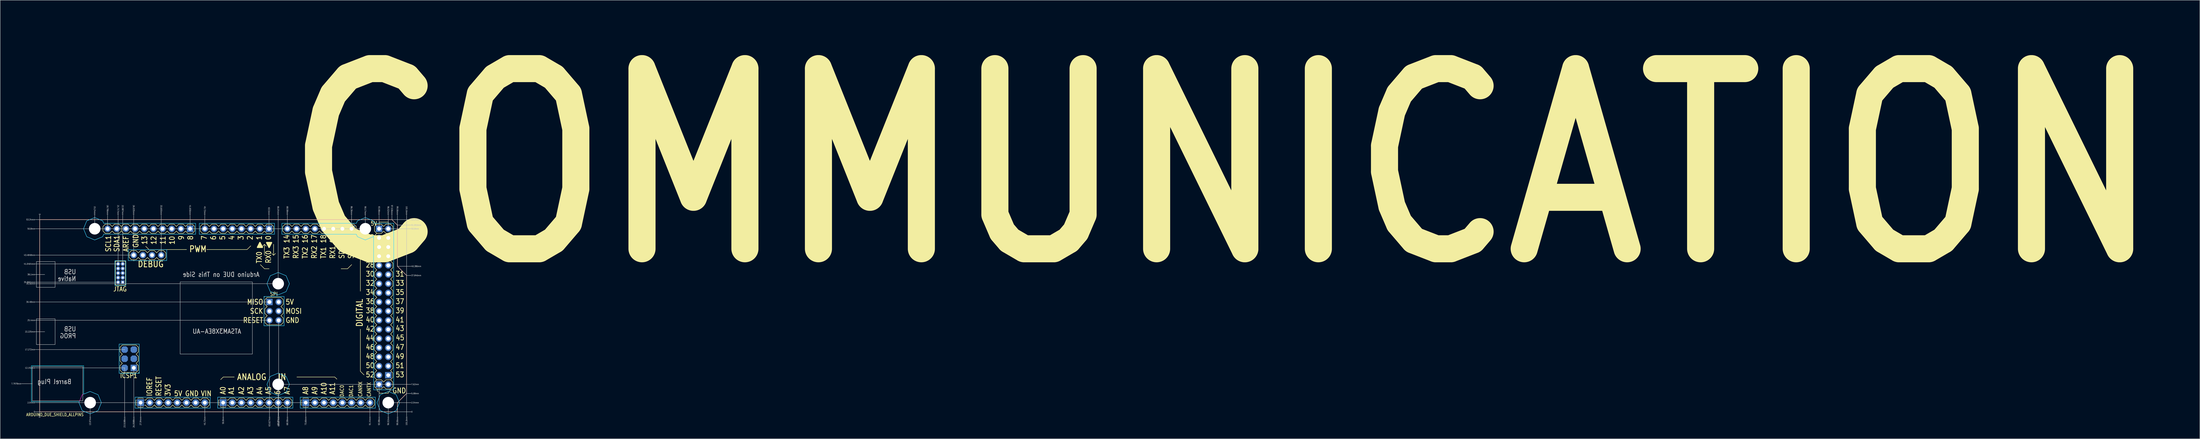
<source format=kicad_pcb>
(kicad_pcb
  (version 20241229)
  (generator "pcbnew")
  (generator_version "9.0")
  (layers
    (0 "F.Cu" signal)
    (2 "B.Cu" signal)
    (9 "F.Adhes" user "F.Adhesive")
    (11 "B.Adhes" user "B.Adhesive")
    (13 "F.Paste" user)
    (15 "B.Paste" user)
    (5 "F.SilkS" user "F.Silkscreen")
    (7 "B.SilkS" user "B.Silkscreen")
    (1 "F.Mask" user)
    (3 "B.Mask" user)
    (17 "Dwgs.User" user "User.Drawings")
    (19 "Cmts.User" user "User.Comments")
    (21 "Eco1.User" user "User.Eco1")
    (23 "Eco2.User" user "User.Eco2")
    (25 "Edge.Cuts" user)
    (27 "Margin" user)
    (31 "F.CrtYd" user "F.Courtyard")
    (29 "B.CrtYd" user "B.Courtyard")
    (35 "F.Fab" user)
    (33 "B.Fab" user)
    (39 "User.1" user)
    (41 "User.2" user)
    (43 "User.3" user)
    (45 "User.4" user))
  (footprint "ARDUINO_DUE_SHIELD_ALLPINS"
    (layer "F.Cu")
    (at 7.94 111.235)
    (property "Reference" "ARDUINO_DUE_SHIELD_ALLPINS" (at -3.81 1.27 0) (unlocked yes) (layer "F.SilkS") (effects (font (size 0.813 0.695) (thickness 0.122)) (justify left bottom)))
    (fp_circle (center 13.97 -2.54) (end 16.82 -2.54) (stroke (width 0) (type solid)) (fill yes) (layer "F.Mask"))
    (fp_circle (center 13.97 -2.54) (end 16.82 -2.54) (stroke (width 0) (type solid)) (fill yes) (layer "F.Mask"))
    (fp_circle (center 15.24 -50.8) (end 18.09 -50.8) (stroke (width 0) (type solid)) (fill yes) (layer "F.Mask"))
    (fp_circle (center 15.24 -50.8) (end 18.09 -50.8) (stroke (width 0) (type solid)) (fill yes) (layer "F.Mask"))
    (fp_circle (center 66.04 -35.56) (end 68.89 -35.56) (stroke (width 0) (type solid)) (fill yes) (layer "F.Mask"))
    (fp_circle (center 66.04 -35.56) (end 68.89 -35.56) (stroke (width 0) (type solid)) (fill yes) (layer "F.Mask"))
    (fp_circle (center 66.04 -7.62) (end 68.89 -7.62) (stroke (width 0) (type solid)) (fill yes) (layer "F.Mask"))
    (fp_circle (center 66.04 -7.62) (end 68.89 -7.62) (stroke (width 0) (type solid)) (fill yes) (layer "F.Mask"))
    (fp_circle (center 90.17 -50.8) (end 93.02 -50.8) (stroke (width 0) (type solid)) (fill yes) (layer "F.Mask"))
    (fp_circle (center 90.17 -50.8) (end 93.02 -50.8) (stroke (width 0) (type solid)) (fill yes) (layer "F.Mask"))
    (fp_circle (center 96.52 -2.54) (end 99.37 -2.54) (stroke (width 0) (type solid)) (fill yes) (layer "F.Mask"))
    (fp_circle (center 96.52 -2.54) (end 99.37 -2.54) (stroke (width 0) (type solid)) (fill yes) (layer "F.Mask"))
    (fp_circle (center 13.97 -2.54) (end 16.82 -2.54) (stroke (width 0) (type solid)) (fill yes) (layer "B.Mask"))
    (fp_circle (center 15.24 -50.8) (end 18.09 -50.8) (stroke (width 0) (type solid)) (fill yes) (layer "B.Mask"))
    (fp_circle (center 66.04 -35.56) (end 68.89 -35.56) (stroke (width 0) (type solid)) (fill yes) (layer "B.Mask"))
    (fp_circle (center 66.04 -7.62) (end 68.89 -7.62) (stroke (width 0) (type solid)) (fill yes) (layer "B.Mask"))
    (fp_circle (center 90.17 -50.8) (end 93.02 -50.8) (stroke (width 0) (type solid)) (fill yes) (layer "B.Mask"))
    (fp_circle (center 96.52 -2.54) (end 99.37 -2.54) (stroke (width 0) (type solid)) (fill yes) (layer "B.Mask"))
    (fp_line (start 0 -53.34) (end 97.536 -53.34) (stroke (width 0.127) (type solid)) (layer "F.SilkS"))
    (fp_line (start 0 0) (end 0 -53.34) (stroke (width 0.127) (type solid)) (layer "F.SilkS"))
    (fp_line (start 17.526 -51.435) (end 17.526 -50.165) (stroke (width 0.127) (type solid)) (layer "F.SilkS"))
    (fp_line (start 17.526 -50.165) (end 18.161 -49.53) (stroke (width 0.127) (type solid)) (layer "F.SilkS"))
    (fp_line (start 18.161 -52.07) (end 17.526 -51.435) (stroke (width 0.127) (type solid)) (layer "F.SilkS"))
    (fp_line (start 18.161 -49.53) (end 19.431 -49.53) (stroke (width 0.127) (type solid)) (layer "F.SilkS"))
    (fp_line (start 19.431 -52.07) (end 18.161 -52.07) (stroke (width 0.127) (type solid)) (layer "F.SilkS"))
    (fp_line (start 19.431 -49.53) (end 20.066 -50.165) (stroke (width 0.127) (type solid)) (layer "F.SilkS"))
    (fp_line (start 20.066 -51.435) (end 19.431 -52.07) (stroke (width 0.127) (type solid)) (layer "F.SilkS"))
    (fp_line (start 20.066 -50.165) (end 20.701 -49.53) (stroke (width 0.127) (type solid)) (layer "F.SilkS"))
    (fp_line (start 20.701 -52.07) (end 20.066 -51.435) (stroke (width 0.127) (type solid)) (layer "F.SilkS"))
    (fp_line (start 20.701 -49.53) (end 21.971 -49.53) (stroke (width 0.127) (type solid)) (layer "F.SilkS"))
    (fp_line (start 20.925 -40.252) (end 20.919 -40.252) (stroke (width 0.127) (type solid)) (layer "F.SilkS"))
    (fp_line (start 20.955 -41.808) (end 20.955 -35.192) (stroke (width 0.127) (type solid)) (layer "F.SilkS"))
    (fp_line (start 20.955 -35.192) (end 23.749 -35.192) (stroke (width 0.127) (type solid)) (layer "F.SilkS"))
    (fp_line (start 21.971 -52.07) (end 20.701 -52.07) (stroke (width 0.127) (type solid)) (layer "F.SilkS"))
    (fp_line (start 21.971 -49.53) (end 22.606 -50.165) (stroke (width 0.127) (type solid)) (layer "F.SilkS"))
    (fp_line (start 22.249 -17.907) (end 22.249 -16.637) (stroke (width 0.127) (type solid)) (layer "F.SilkS"))
    (fp_line (start 22.249 -16.637) (end 22.884 -16.002) (stroke (width 0.127) (type solid)) (layer "F.SilkS"))
    (fp_line (start 22.249 -15.367) (end 22.249 -14.097) (stroke (width 0.127) (type solid)) (layer "F.SilkS"))
    (fp_line (start 22.249 -14.097) (end 22.884 -13.462) (stroke (width 0.127) (type solid)) (layer "F.SilkS"))
    (fp_line (start 22.249 -12.827) (end 22.249 -11.557) (stroke (width 0.127) (type solid)) (layer "F.SilkS"))
    (fp_line (start 22.249 -11.557) (end 22.884 -10.922) (stroke (width 0.127) (type solid)) (layer "F.SilkS"))
    (fp_line (start 22.606 -51.435) (end 21.971 -52.07) (stroke (width 0.127) (type solid)) (layer "F.SilkS"))
    (fp_line (start 22.606 -51.435) (end 22.606 -50.165) (stroke (width 0.127) (type solid)) (layer "F.SilkS"))
    (fp_line (start 22.606 -50.165) (end 23.241 -49.53) (stroke (width 0.127) (type solid)) (layer "F.SilkS"))
    (fp_line (start 22.884 -18.542) (end 22.249 -17.907) (stroke (width 0.127) (type solid)) (layer "F.SilkS"))
    (fp_line (start 22.884 -16.002) (end 22.249 -15.367) (stroke (width 0.127) (type solid)) (layer "F.SilkS"))
    (fp_line (start 22.884 -13.462) (end 22.249 -12.827) (stroke (width 0.127) (type solid)) (layer "F.SilkS"))
    (fp_line (start 22.884 -10.922) (end 26.694 -10.922) (stroke (width 0.127) (type solid)) (layer "F.SilkS"))
    (fp_line (start 23.241 -52.07) (end 22.606 -51.435) (stroke (width 0.127) (type solid)) (layer "F.SilkS"))
    (fp_line (start 23.241 -49.53) (end 24.511 -49.53) (stroke (width 0.127) (type solid)) (layer "F.SilkS"))
    (fp_line (start 23.749 -41.808) (end 20.955 -41.808) (stroke (width 0.127) (type solid)) (layer "F.SilkS"))
    (fp_line (start 23.749 -35.192) (end 23.749 -41.808) (stroke (width 0.127) (type solid)) (layer "F.SilkS"))
    (fp_line (start 24.511 -52.07) (end 23.241 -52.07) (stroke (width 0.127) (type solid)) (layer "F.SilkS"))
    (fp_line (start 24.511 -49.53) (end 25.146 -50.165) (stroke (width 0.127) (type solid)) (layer "F.SilkS"))
    (fp_line (start 24.765 -44.12) (end 24.765 -42.85) (stroke (width 0.127) (type solid)) (layer "F.SilkS"))
    (fp_line (start 24.765 -42.85) (end 25.4 -42.215) (stroke (width 0.127) (type solid)) (layer "F.SilkS"))
    (fp_line (start 25.146 -51.435) (end 24.511 -52.07) (stroke (width 0.127) (type solid)) (layer "F.SilkS"))
    (fp_line (start 25.146 -50.165) (end 25.781 -49.53) (stroke (width 0.127) (type solid)) (layer "F.SilkS"))
    (fp_line (start 25.4 -44.755) (end 24.765 -44.12) (stroke (width 0.127) (type solid)) (layer "F.SilkS"))
    (fp_line (start 25.4 -42.215) (end 26.67 -42.215) (stroke (width 0.127) (type solid)) (layer "F.SilkS"))
    (fp_line (start 25.781 -52.07) (end 25.146 -51.435) (stroke (width 0.127) (type solid)) (layer "F.SilkS"))
    (fp_line (start 25.781 -49.53) (end 27.051 -49.53) (stroke (width 0.127) (type solid)) (layer "F.SilkS"))
    (fp_line (start 26.076 -41.869) (end 26.076 -42.072) (stroke (width 0.127) (type solid)) (layer "F.SilkS"))
    (fp_line (start 26.67 -44.755) (end 25.4 -44.755) (stroke (width 0.127) (type solid)) (layer "F.SilkS"))
    (fp_line (start 26.67 -42.215) (end 27.305 -42.85) (stroke (width 0.127) (type solid)) (layer "F.SilkS"))
    (fp_line (start 26.67 -3.175) (end 26.67 -1.905) (stroke (width 0.127) (type solid)) (layer "F.SilkS"))
    (fp_line (start 26.67 -1.905) (end 26.814 -1.761) (stroke (width 0.127) (type solid)) (layer "F.SilkS"))
    (fp_line (start 26.694 -18.542) (end 22.884 -18.542) (stroke (width 0.127) (type solid)) (layer "F.SilkS"))
    (fp_line (start 26.694 -16.002) (end 27.329 -16.637) (stroke (width 0.127) (type solid)) (layer "F.SilkS"))
    (fp_line (start 26.694 -13.462) (end 27.329 -14.097) (stroke (width 0.127) (type solid)) (layer "F.SilkS"))
    (fp_line (start 26.694 -10.922) (end 27.329 -11.557) (stroke (width 0.127) (type solid)) (layer "F.SilkS"))
    (fp_line (start 26.814 -3.319) (end 26.67 -3.175) (stroke (width 0.127) (type solid)) (layer "F.SilkS"))
    (fp_line (start 27.051 -52.07) (end 25.781 -52.07) (stroke (width 0.127) (type solid)) (layer "F.SilkS"))
    (fp_line (start 27.051 -49.53) (end 27.686 -50.165) (stroke (width 0.127) (type solid)) (layer "F.SilkS"))
    (fp_line (start 27.161 -1.414) (end 27.305 -1.27) (stroke (width 0.127) (type solid)) (layer "F.SilkS"))
    (fp_line (start 27.305 -44.12) (end 26.67 -44.755) (stroke (width 0.127) (type solid)) (layer "F.SilkS"))
    (fp_line (start 27.305 -42.85) (end 27.94 -42.215) (stroke (width 0.127) (type solid)) (layer "F.SilkS"))
    (fp_line (start 27.305 -3.81) (end 27.161 -3.666) (stroke (width 0.127) (type solid)) (layer "F.SilkS"))
    (fp_line (start 27.305 -3.81) (end 28.575 -3.81) (stroke (width 0.127) (type solid)) (layer "F.SilkS"))
    (fp_line (start 27.329 -17.907) (end 26.694 -18.542) (stroke (width 0.127) (type solid)) (layer "F.SilkS"))
    (fp_line (start 27.329 -16.637) (end 27.329 -17.907) (stroke (width 0.127) (type solid)) (layer "F.SilkS"))
    (fp_line (start 27.329 -15.367) (end 26.694 -16.002) (stroke (width 0.127) (type solid)) (layer "F.SilkS"))
    (fp_line (start 27.329 -14.097) (end 27.329 -15.367) (stroke (width 0.127) (type solid)) (layer "F.SilkS"))
    (fp_line (start 27.329 -12.827) (end 26.694 -13.462) (stroke (width 0.127) (type solid)) (layer "F.SilkS"))
    (fp_line (start 27.329 -11.557) (end 27.329 -12.827) (stroke (width 0.127) (type solid)) (layer "F.SilkS"))
    (fp_line (start 27.686 -51.435) (end 27.051 -52.07) (stroke (width 0.127) (type solid)) (layer "F.SilkS"))
    (fp_line (start 27.686 -50.165) (end 28.321 -49.53) (stroke (width 0.127) (type solid)) (layer "F.SilkS"))
    (fp_line (start 27.94 -44.755) (end 27.305 -44.12) (stroke (width 0.127) (type solid)) (layer "F.SilkS"))
    (fp_line (start 27.94 -42.215) (end 29.21 -42.215) (stroke (width 0.127) (type solid)) (layer "F.SilkS"))
    (fp_line (start 28.321 -52.07) (end 27.686 -51.435) (stroke (width 0.127) (type solid)) (layer "F.SilkS"))
    (fp_line (start 28.321 -49.53) (end 29.591 -49.53) (stroke (width 0.127) (type solid)) (layer "F.SilkS"))
    (fp_line (start 28.575 -3.81) (end 28.719 -3.666) (stroke (width 0.127) (type solid)) (layer "F.SilkS"))
    (fp_line (start 28.575 -1.27) (end 27.305 -1.27) (stroke (width 0.127) (type solid)) (layer "F.SilkS"))
    (fp_line (start 28.719 -1.414) (end 28.575 -1.27) (stroke (width 0.127) (type solid)) (layer "F.SilkS"))
    (fp_line (start 29.066 -3.319) (end 29.21 -3.175) (stroke (width 0.127) (type solid)) (layer "F.SilkS"))
    (fp_line (start 29.21 -44.755) (end 27.94 -44.755) (stroke (width 0.127) (type solid)) (layer "F.SilkS"))
    (fp_line (start 29.21 -42.215) (end 29.845 -42.85) (stroke (width 0.127) (type solid)) (layer "F.SilkS"))
    (fp_line (start 29.21 -3.175) (end 29.845 -3.81) (stroke (width 0.127) (type solid)) (layer "F.SilkS"))
    (fp_line (start 29.21 -1.905) (end 29.066 -1.761) (stroke (width 0.127) (type solid)) (layer "F.SilkS"))
    (fp_line (start 29.591 -52.07) (end 28.321 -52.07) (stroke (width 0.127) (type solid)) (layer "F.SilkS"))
    (fp_line (start 29.591 -49.53) (end 30.226 -50.165) (stroke (width 0.127) (type solid)) (layer "F.SilkS"))
    (fp_line (start 29.845 -44.12) (end 29.21 -44.755) (stroke (width 0.127) (type solid)) (layer "F.SilkS"))
    (fp_line (start 29.845 -42.85) (end 30.48 -42.215) (stroke (width 0.127) (type solid)) (layer "F.SilkS"))
    (fp_line (start 29.845 -3.81) (end 31.115 -3.81) (stroke (width 0.127) (type solid)) (layer "F.SilkS"))
    (fp_line (start 29.845 -1.27) (end 29.21 -1.905) (stroke (width 0.127) (type solid)) (layer "F.SilkS"))
    (fp_line (start 30.226 -51.435) (end 29.591 -52.07) (stroke (width 0.127) (type solid)) (layer "F.SilkS"))
    (fp_line (start 30.226 -50.165) (end 30.861 -49.53) (stroke (width 0.127) (type solid)) (layer "F.SilkS"))
    (fp_line (start 30.251 -45.034) (end 29.362 -45.923) (stroke (width 0.127) (type solid)) (layer "F.SilkS"))
    (fp_line (start 30.48 -44.755) (end 29.845 -44.12) (stroke (width 0.127) (type solid)) (layer "F.SilkS"))
    (fp_line (start 30.48 -42.215) (end 31.75 -42.215) (stroke (width 0.127) (type solid)) (layer "F.SilkS"))
    (fp_line (start 30.861 -52.07) (end 30.226 -51.435) (stroke (width 0.127) (type solid)) (layer "F.SilkS"))
    (fp_line (start 30.861 -49.53) (end 32.131 -49.53) (stroke (width 0.127) (type solid)) (layer "F.SilkS"))
    (fp_line (start 31.115 -3.81) (end 31.75 -3.175) (stroke (width 0.127) (type solid)) (layer "F.SilkS"))
    (fp_line (start 31.115 -1.27) (end 29.845 -1.27) (stroke (width 0.127) (type solid)) (layer "F.SilkS"))
    (fp_line (start 31.75 -44.755) (end 30.48 -44.755) (stroke (width 0.127) (type solid)) (layer "F.SilkS"))
    (fp_line (start 31.75 -42.215) (end 32.385 -42.85) (stroke (width 0.127) (type solid)) (layer "F.SilkS"))
    (fp_line (start 31.75 -3.175) (end 32.385 -3.81) (stroke (width 0.127) (type solid)) (layer "F.SilkS"))
    (fp_line (start 31.75 -1.905) (end 31.115 -1.27) (stroke (width 0.127) (type solid)) (layer "F.SilkS"))
    (fp_line (start 31.757 -1.918) (end 32.392 -1.283) (stroke (width 0.127) (type solid)) (layer "F.SilkS"))
    (fp_line (start 32.131 -52.07) (end 30.861 -52.07) (stroke (width 0.127) (type solid)) (layer "F.SilkS"))
    (fp_line (start 32.131 -49.53) (end 32.766 -50.165) (stroke (width 0.127) (type solid)) (layer "F.SilkS"))
    (fp_line (start 32.385 -44.12) (end 31.75 -44.755) (stroke (width 0.127) (type solid)) (layer "F.SilkS"))
    (fp_line (start 32.385 -42.85) (end 33.02 -42.215) (stroke (width 0.127) (type solid)) (layer "F.SilkS"))
    (fp_line (start 32.385 -1.27) (end 31.75 -1.905) (stroke (width 0.127) (type solid)) (layer "F.SilkS"))
    (fp_line (start 32.392 -3.823) (end 31.757 -3.188) (stroke (width 0.127) (type solid)) (layer "F.SilkS"))
    (fp_line (start 32.392 -3.823) (end 33.662 -3.823) (stroke (width 0.127) (type solid)) (layer "F.SilkS"))
    (fp_line (start 32.766 -51.435) (end 32.131 -52.07) (stroke (width 0.127) (type solid)) (layer "F.SilkS"))
    (fp_line (start 32.766 -50.165) (end 33.401 -49.53) (stroke (width 0.127) (type solid)) (layer "F.SilkS"))
    (fp_line (start 33.02 -44.755) (end 32.385 -44.12) (stroke (width 0.127) (type solid)) (layer "F.SilkS"))
    (fp_line (start 33.02 -42.215) (end 34.29 -42.215) (stroke (width 0.127) (type solid)) (layer "F.SilkS"))
    (fp_line (start 33.401 -52.07) (end 32.766 -51.435) (stroke (width 0.127) (type solid)) (layer "F.SilkS"))
    (fp_line (start 33.401 -49.53) (end 34.671 -49.53) (stroke (width 0.127) (type solid)) (layer "F.SilkS"))
    (fp_line (start 33.662 -3.823) (end 34.297 -3.188) (stroke (width 0.127) (type solid)) (layer "F.SilkS"))
    (fp_line (start 33.662 -1.283) (end 32.392 -1.283) (stroke (width 0.127) (type solid)) (layer "F.SilkS"))
    (fp_line (start 34.29 -44.755) (end 33.02 -44.755) (stroke (width 0.127) (type solid)) (layer "F.SilkS"))
    (fp_line (start 34.29 -42.215) (end 34.925 -42.85) (stroke (width 0.127) (type solid)) (layer "F.SilkS"))
    (fp_line (start 34.297 -3.188) (end 34.932 -3.823) (stroke (width 0.127) (type solid)) (layer "F.SilkS"))
    (fp_line (start 34.297 -1.918) (end 33.662 -1.283) (stroke (width 0.127) (type solid)) (layer "F.SilkS"))
    (fp_line (start 34.671 -52.07) (end 33.401 -52.07) (stroke (width 0.127) (type solid)) (layer "F.SilkS"))
    (fp_line (start 34.671 -49.53) (end 35.306 -50.165) (stroke (width 0.127) (type solid)) (layer "F.SilkS"))
    (fp_line (start 34.925 -44.12) (end 34.29 -44.755) (stroke (width 0.127) (type solid)) (layer "F.SilkS"))
    (fp_line (start 34.932 -3.823) (end 36.202 -3.823) (stroke (width 0.127) (type solid)) (layer "F.SilkS"))
    (fp_line (start 34.932 -1.283) (end 34.297 -1.918) (stroke (width 0.127) (type solid)) (layer "F.SilkS"))
    (fp_line (start 34.939 -42.887) (end 34.94 -44.105) (stroke (width 0.127) (type solid)) (layer "F.SilkS"))
    (fp_line (start 35.306 -51.435) (end 34.671 -52.07) (stroke (width 0.127) (type solid)) (layer "F.SilkS"))
    (fp_line (start 35.306 -50.165) (end 35.941 -49.53) (stroke (width 0.127) (type solid)) (layer "F.SilkS"))
    (fp_line (start 35.941 -52.07) (end 35.306 -51.435) (stroke (width 0.127) (type solid)) (layer "F.SilkS"))
    (fp_line (start 35.941 -49.53) (end 37.211 -49.53) (stroke (width 0.127) (type solid)) (layer "F.SilkS"))
    (fp_line (start 36.202 -3.823) (end 36.837 -3.188) (stroke (width 0.127) (type solid)) (layer "F.SilkS"))
    (fp_line (start 36.202 -1.283) (end 34.932 -1.283) (stroke (width 0.127) (type solid)) (layer "F.SilkS"))
    (fp_line (start 36.837 -3.188) (end 37.472 -3.823) (stroke (width 0.127) (type solid)) (layer "F.SilkS"))
    (fp_line (start 36.837 -1.918) (end 36.202 -1.283) (stroke (width 0.127) (type solid)) (layer "F.SilkS"))
    (fp_line (start 37.211 -52.07) (end 35.941 -52.07) (stroke (width 0.127) (type solid)) (layer "F.SilkS"))
    (fp_line (start 37.211 -49.53) (end 37.846 -50.165) (stroke (width 0.127) (type solid)) (layer "F.SilkS"))
    (fp_line (start 37.472 -3.823) (end 38.742 -3.823) (stroke (width 0.127) (type solid)) (layer "F.SilkS"))
    (fp_line (start 37.472 -1.283) (end 36.837 -1.918) (stroke (width 0.127) (type solid)) (layer "F.SilkS"))
    (fp_line (start 37.846 -51.435) (end 37.211 -52.07) (stroke (width 0.127) (type solid)) (layer "F.SilkS"))
    (fp_line (start 37.846 -50.165) (end 38.481 -49.53) (stroke (width 0.127) (type solid)) (layer "F.SilkS"))
    (fp_line (start 38.481 -52.07) (end 37.846 -51.435) (stroke (width 0.127) (type solid)) (layer "F.SilkS"))
    (fp_line (start 38.481 -49.53) (end 39.751 -49.53) (stroke (width 0.127) (type solid)) (layer "F.SilkS"))
    (fp_line (start 38.742 -3.823) (end 39.377 -3.188) (stroke (width 0.127) (type solid)) (layer "F.SilkS"))
    (fp_line (start 38.742 -1.283) (end 37.472 -1.283) (stroke (width 0.127) (type solid)) (layer "F.SilkS"))
    (fp_line (start 39.377 -1.918) (end 38.742 -1.283) (stroke (width 0.127) (type solid)) (layer "F.SilkS"))
    (fp_line (start 39.377 -1.918) (end 40.012 -1.283) (stroke (width 0.127) (type solid)) (layer "F.SilkS"))
    (fp_line (start 39.751 -52.07) (end 38.481 -52.07) (stroke (width 0.127) (type solid)) (layer "F.SilkS"))
    (fp_line (start 39.751 -49.53) (end 40.386 -50.165) (stroke (width 0.127) (type solid)) (layer "F.SilkS"))
    (fp_line (start 40.012 -3.823) (end 39.377 -3.188) (stroke (width 0.127) (type solid)) (layer "F.SilkS"))
    (fp_line (start 40.012 -3.823) (end 41.282 -3.823) (stroke (width 0.127) (type solid)) (layer "F.SilkS"))
    (fp_line (start 40.386 -51.435) (end 39.751 -52.07) (stroke (width 0.127) (type solid)) (layer "F.SilkS"))
    (fp_line (start 40.386 -50.165) (end 41.021 -49.53) (stroke (width 0.127) (type solid)) (layer "F.SilkS"))
    (fp_line (start 40.665 -45.034) (end 30.251 -45.034) (stroke (width 0.127) (type solid)) (layer "F.SilkS"))
    (fp_line (start 41.021 -52.07) (end 40.386 -51.435) (stroke (width 0.127) (type solid)) (layer "F.SilkS"))
    (fp_line (start 41.021 -49.53) (end 42.291 -49.53) (stroke (width 0.127) (type solid)) (layer "F.SilkS"))
    (fp_line (start 41.282 -3.823) (end 41.917 -3.188) (stroke (width 0.127) (type solid)) (layer "F.SilkS"))
    (fp_line (start 41.282 -1.283) (end 40.012 -1.283) (stroke (width 0.127) (type solid)) (layer "F.SilkS"))
    (fp_line (start 41.917 -3.188) (end 42.552 -3.823) (stroke (width 0.127) (type solid)) (layer "F.SilkS"))
    (fp_line (start 41.917 -1.918) (end 41.282 -1.283) (stroke (width 0.127) (type solid)) (layer "F.SilkS"))
    (fp_line (start 42.291 -52.07) (end 41.021 -52.07) (stroke (width 0.127) (type solid)) (layer "F.SilkS"))
    (fp_line (start 42.291 -49.53) (end 42.926 -50.165) (stroke (width 0.127) (type solid)) (layer "F.SilkS"))
    (fp_line (start 42.552 -3.823) (end 43.822 -3.823) (stroke (width 0.127) (type solid)) (layer "F.SilkS"))
    (fp_line (start 42.552 -1.283) (end 41.917 -1.918) (stroke (width 0.127) (type solid)) (layer "F.SilkS"))
    (fp_line (start 42.926 -51.435) (end 42.291 -52.07) (stroke (width 0.127) (type solid)) (layer "F.SilkS"))
    (fp_line (start 42.926 -50.165) (end 42.926 -51.435) (stroke (width 0.127) (type solid)) (layer "F.SilkS"))
    (fp_line (start 43.822 -3.823) (end 44.457 -3.188) (stroke (width 0.127) (type solid)) (layer "F.SilkS"))
    (fp_line (start 43.822 -1.283) (end 42.552 -1.283) (stroke (width 0.127) (type solid)) (layer "F.SilkS"))
    (fp_line (start 44.45 -51.435) (end 44.45 -50.165) (stroke (width 0.127) (type solid)) (layer "F.SilkS"))
    (fp_line (start 44.45 -50.165) (end 45.085 -49.53) (stroke (width 0.127) (type solid)) (layer "F.SilkS"))
    (fp_line (start 44.457 -3.188) (end 45.092 -3.823) (stroke (width 0.127) (type solid)) (layer "F.SilkS"))
    (fp_line (start 44.457 -1.918) (end 43.822 -1.283) (stroke (width 0.127) (type solid)) (layer "F.SilkS"))
    (fp_line (start 45.085 -52.07) (end 44.45 -51.435) (stroke (width 0.127) (type solid)) (layer "F.SilkS"))
    (fp_line (start 45.085 -49.53) (end 46.355 -49.53) (stroke (width 0.127) (type solid)) (layer "F.SilkS"))
    (fp_line (start 45.092 -3.823) (end 46.362 -3.823) (stroke (width 0.127) (type solid)) (layer "F.SilkS"))
    (fp_line (start 45.092 -1.283) (end 44.457 -1.918) (stroke (width 0.127) (type solid)) (layer "F.SilkS"))
    (fp_line (start 46.253 -45.034) (end 57.429 -45.034) (stroke (width 0.127) (type solid)) (layer "F.SilkS"))
    (fp_line (start 46.355 -52.07) (end 45.085 -52.07) (stroke (width 0.127) (type solid)) (layer "F.SilkS"))
    (fp_line (start 46.355 -49.53) (end 46.99 -50.165) (stroke (width 0.127) (type solid)) (layer "F.SilkS"))
    (fp_line (start 46.362 -3.823) (end 46.997 -3.188) (stroke (width 0.127) (type solid)) (layer "F.SilkS"))
    (fp_line (start 46.362 -1.283) (end 45.092 -1.283) (stroke (width 0.127) (type solid)) (layer "F.SilkS"))
    (fp_line (start 46.99 -51.435) (end 46.355 -52.07) (stroke (width 0.127) (type solid)) (layer "F.SilkS"))
    (fp_line (start 46.99 -50.165) (end 47.625 -49.53) (stroke (width 0.127) (type solid)) (layer "F.SilkS"))
    (fp_line (start 46.997 -3.188) (end 46.997 -1.918) (stroke (width 0.127) (type solid)) (layer "F.SilkS"))
    (fp_line (start 46.997 -1.918) (end 46.362 -1.283) (stroke (width 0.127) (type solid)) (layer "F.SilkS"))
    (fp_line (start 47.625 -52.07) (end 46.99 -51.435) (stroke (width 0.127) (type solid)) (layer "F.SilkS"))
    (fp_line (start 47.625 -49.53) (end 48.895 -49.53) (stroke (width 0.127) (type solid)) (layer "F.SilkS"))
    (fp_line (start 48.895 -52.07) (end 47.625 -52.07) (stroke (width 0.127) (type solid)) (layer "F.SilkS"))
    (fp_line (start 48.895 -49.53) (end 49.53 -50.165) (stroke (width 0.127) (type solid)) (layer "F.SilkS"))
    (fp_line (start 49.53 -51.435) (end 48.895 -52.07) (stroke (width 0.127) (type solid)) (layer "F.SilkS"))
    (fp_line (start 49.53 -50.165) (end 50.165 -49.53) (stroke (width 0.127) (type solid)) (layer "F.SilkS"))
    (fp_line (start 49.53 -3.188) (end 49.53 -1.918) (stroke (width 0.127) (type solid)) (layer "F.SilkS"))
    (fp_line (start 49.53 -1.918) (end 49.674 -1.774) (stroke (width 0.127) (type solid)) (layer "F.SilkS"))
    (fp_line (start 49.674 -3.332) (end 49.53 -3.188) (stroke (width 0.127) (type solid)) (layer "F.SilkS"))
    (fp_line (start 50.034 -1.414) (end 50.165 -1.283) (stroke (width 0.127) (type solid)) (layer "F.SilkS"))
    (fp_line (start 50.165 -52.07) (end 49.53 -51.435) (stroke (width 0.127) (type solid)) (layer "F.SilkS"))
    (fp_line (start 50.165 -49.53) (end 51.435 -49.53) (stroke (width 0.127) (type solid)) (layer "F.SilkS"))
    (fp_line (start 50.165 -3.823) (end 50.008 -3.666) (stroke (width 0.127) (type solid)) (layer "F.SilkS"))
    (fp_line (start 50.165 -3.823) (end 51.435 -3.823) (stroke (width 0.127) (type solid)) (layer "F.SilkS"))
    (fp_line (start 50.825 -9.652) (end 50.114 -8.941) (stroke (width 0.127) (type solid)) (layer "F.SilkS"))
    (fp_line (start 51.435 -52.07) (end 50.165 -52.07) (stroke (width 0.127) (type solid)) (layer "F.SilkS"))
    (fp_line (start 51.435 -49.53) (end 52.07 -50.165) (stroke (width 0.127) (type solid)) (layer "F.SilkS"))
    (fp_line (start 51.435 -3.823) (end 51.592 -3.666) (stroke (width 0.127) (type solid)) (layer "F.SilkS"))
    (fp_line (start 51.435 -1.283) (end 50.165 -1.283) (stroke (width 0.127) (type solid)) (layer "F.SilkS"))
    (fp_line (start 51.566 -1.414) (end 51.435 -1.283) (stroke (width 0.127) (type solid)) (layer "F.SilkS"))
    (fp_line (start 51.926 -3.332) (end 52.07 -3.188) (stroke (width 0.127) (type solid)) (layer "F.SilkS"))
    (fp_line (start 52.07 -51.435) (end 51.435 -52.07) (stroke (width 0.127) (type solid)) (layer "F.SilkS"))
    (fp_line (start 52.07 -50.165) (end 52.705 -49.53) (stroke (width 0.127) (type solid)) (layer "F.SilkS"))
    (fp_line (start 52.07 -3.188) (end 52.705 -3.823) (stroke (width 0.127) (type solid)) (layer "F.SilkS"))
    (fp_line (start 52.07 -1.918) (end 51.926 -1.774) (stroke (width 0.127) (type solid)) (layer "F.SilkS"))
    (fp_line (start 52.705 -52.07) (end 52.07 -51.435) (stroke (width 0.127) (type solid)) (layer "F.SilkS"))
    (fp_line (start 52.705 -49.53) (end 53.975 -49.53) (stroke (width 0.127) (type solid)) (layer "F.SilkS"))
    (fp_line (start 52.705 -3.823) (end 53.975 -3.823) (stroke (width 0.127) (type solid)) (layer "F.SilkS"))
    (fp_line (start 52.705 -1.283) (end 52.07 -1.918) (stroke (width 0.127) (type solid)) (layer "F.SilkS"))
    (fp_line (start 53.873 -9.652) (end 50.825 -9.652) (stroke (width 0.127) (type solid)) (layer "F.SilkS"))
    (fp_line (start 53.975 -52.07) (end 52.705 -52.07) (stroke (width 0.127) (type solid)) (layer "F.SilkS"))
    (fp_line (start 53.975 -49.53) (end 54.61 -50.165) (stroke (width 0.127) (type solid)) (layer "F.SilkS"))
    (fp_line (start 53.975 -3.823) (end 54.61 -3.188) (stroke (width 0.127) (type solid)) (layer "F.SilkS"))
    (fp_line (start 53.975 -1.283) (end 52.705 -1.283) (stroke (width 0.127) (type solid)) (layer "F.SilkS"))
    (fp_line (start 54.61 -51.435) (end 53.975 -52.07) (stroke (width 0.127) (type solid)) (layer "F.SilkS"))
    (fp_line (start 54.61 -50.165) (end 55.245 -49.53) (stroke (width 0.127) (type solid)) (layer "F.SilkS"))
    (fp_line (start 54.61 -3.188) (end 55.245 -3.823) (stroke (width 0.127) (type solid)) (layer "F.SilkS"))
    (fp_line (start 54.61 -1.918) (end 53.975 -1.283) (stroke (width 0.127) (type solid)) (layer "F.SilkS"))
    (fp_line (start 55.245 -52.07) (end 54.61 -51.435) (stroke (width 0.127) (type solid)) (layer "F.SilkS"))
    (fp_line (start 55.245 -49.53) (end 56.515 -49.53) (stroke (width 0.127) (type solid)) (layer "F.SilkS"))
    (fp_line (start 55.245 -3.823) (end 56.515 -3.823) (stroke (width 0.127) (type solid)) (layer "F.SilkS"))
    (fp_line (start 55.245 -1.283) (end 54.61 -1.918) (stroke (width 0.127) (type solid)) (layer "F.SilkS"))
    (fp_line (start 56.515 -52.07) (end 55.245 -52.07) (stroke (width 0.127) (type solid)) (layer "F.SilkS"))
    (fp_line (start 56.515 -49.53) (end 57.15 -50.165) (stroke (width 0.127) (type solid)) (layer "F.SilkS"))
    (fp_line (start 56.515 -3.823) (end 57.15 -3.188) (stroke (width 0.127) (type solid)) (layer "F.SilkS"))
    (fp_line (start 56.515 -1.283) (end 55.245 -1.283) (stroke (width 0.127) (type solid)) (layer "F.SilkS"))
    (fp_line (start 57.15 -51.435) (end 56.515 -52.07) (stroke (width 0.127) (type solid)) (layer "F.SilkS"))
    (fp_line (start 57.15 -50.165) (end 57.785 -49.53) (stroke (width 0.127) (type solid)) (layer "F.SilkS"))
    (fp_line (start 57.15 -1.918) (end 56.515 -1.283) (stroke (width 0.127) (type solid)) (layer "F.SilkS"))
    (fp_line (start 57.15 -1.918) (end 57.785 -1.283) (stroke (width 0.127) (type solid)) (layer "F.SilkS"))
    (fp_line (start 57.429 -45.034) (end 58.445 -46.05) (stroke (width 0.127) (type solid)) (layer "F.SilkS"))
    (fp_line (start 57.785 -52.07) (end 57.15 -51.435) (stroke (width 0.127) (type solid)) (layer "F.SilkS"))
    (fp_line (start 57.785 -49.53) (end 59.055 -49.53) (stroke (width 0.127) (type solid)) (layer "F.SilkS"))
    (fp_line (start 57.785 -3.823) (end 57.15 -3.188) (stroke (width 0.127) (type solid)) (layer "F.SilkS"))
    (fp_line (start 57.785 -3.823) (end 59.055 -3.823) (stroke (width 0.127) (type solid)) (layer "F.SilkS"))
    (fp_line (start 59.055 -52.07) (end 57.785 -52.07) (stroke (width 0.127) (type solid)) (layer "F.SilkS"))
    (fp_line (start 59.055 -49.53) (end 59.69 -50.165) (stroke (width 0.127) (type solid)) (layer "F.SilkS"))
    (fp_line (start 59.055 -3.823) (end 59.69 -3.188) (stroke (width 0.127) (type solid)) (layer "F.SilkS"))
    (fp_line (start 59.055 -1.283) (end 57.785 -1.283) (stroke (width 0.127) (type solid)) (layer "F.SilkS"))
    (fp_line (start 59.69 -51.435) (end 59.055 -52.07) (stroke (width 0.127) (type solid)) (layer "F.SilkS"))
    (fp_line (start 59.69 -50.165) (end 60.325 -49.53) (stroke (width 0.127) (type solid)) (layer "F.SilkS"))
    (fp_line (start 59.69 -3.188) (end 60.325 -3.823) (stroke (width 0.127) (type solid)) (layer "F.SilkS"))
    (fp_line (start 59.69 -1.918) (end 59.055 -1.283) (stroke (width 0.127) (type solid)) (layer "F.SilkS"))
    (fp_line (start 60.325 -52.07) (end 59.69 -51.435) (stroke (width 0.127) (type solid)) (layer "F.SilkS"))
    (fp_line (start 60.325 -49.53) (end 61.595 -49.53) (stroke (width 0.127) (type solid)) (layer "F.SilkS"))
    (fp_line (start 60.325 -3.823) (end 61.595 -3.823) (stroke (width 0.127) (type solid)) (layer "F.SilkS"))
    (fp_line (start 60.325 -1.283) (end 59.69 -1.918) (stroke (width 0.127) (type solid)) (layer "F.SilkS"))
    (fp_line (start 60.35 -45.669) (end 60.985 -46.939) (stroke (width 0.406) (type solid)) (layer "F.SilkS"))
    (fp_line (start 60.35 -45.669) (end 60.985 -46.304) (stroke (width 0.406) (type solid)) (layer "F.SilkS"))
    (fp_line (start 60.985 -46.939) (end 61.62 -45.669) (stroke (width 0.406) (type solid)) (layer "F.SilkS"))
    (fp_line (start 60.985 -46.304) (end 60.985 -45.669) (stroke (width 0.406) (type solid)) (layer "F.SilkS"))
    (fp_line (start 60.985 -45.669) (end 60.35 -45.669) (stroke (width 0.406) (type solid)) (layer "F.SilkS"))
    (fp_line (start 60.985 -45.669) (end 61.62 -45.669) (stroke (width 0.406) (type solid)) (layer "F.SilkS"))
    (fp_line (start 61.112 -40.843) (end 62.255 -39.7) (stroke (width 0.127) (type solid)) (layer "F.SilkS"))
    (fp_line (start 61.595 -52.07) (end 60.325 -52.07) (stroke (width 0.127) (type solid)) (layer "F.SilkS"))
    (fp_line (start 61.595 -49.53) (end 62.23 -50.165) (stroke (width 0.127) (type solid)) (layer "F.SilkS"))
    (fp_line (start 61.595 -3.823) (end 62.23 -3.188) (stroke (width 0.127) (type solid)) (layer "F.SilkS"))
    (fp_line (start 61.595 -1.283) (end 60.325 -1.283) (stroke (width 0.127) (type solid)) (layer "F.SilkS"))
    (fp_line (start 61.62 -45.669) (end 60.985 -46.304) (stroke (width 0.406) (type solid)) (layer "F.SilkS"))
    (fp_line (start 62.23 -51.435) (end 61.595 -52.07) (stroke (width 0.127) (type solid)) (layer "F.SilkS"))
    (fp_line (start 62.23 -50.165) (end 62.865 -49.53) (stroke (width 0.127) (type solid)) (layer "F.SilkS"))
    (fp_line (start 62.23 -46.482) (end 61.722 -45.974) (stroke (width 0.127) (type solid)) (layer "F.SilkS"))
    (fp_line (start 62.23 -46.482) (end 62.738 -45.974) (stroke (width 0.127) (type solid)) (layer "F.SilkS"))
    (fp_line (start 62.23 -43.434) (end 62.23 -46.482) (stroke (width 0.127) (type solid)) (layer "F.SilkS"))
    (fp_line (start 62.23 -3.188) (end 62.865 -3.823) (stroke (width 0.127) (type solid)) (layer "F.SilkS"))
    (fp_line (start 62.23 -1.918) (end 61.595 -1.283) (stroke (width 0.127) (type solid)) (layer "F.SilkS"))
    (fp_line (start 62.255 -39.7) (end 63.525 -39.7) (stroke (width 0.127) (type solid)) (layer "F.SilkS"))
    (fp_line (start 62.357 -31.115) (end 62.357 -29.845) (stroke (width 0.127) (type solid)) (layer "F.SilkS"))
    (fp_line (start 62.357 -29.845) (end 62.992 -29.21) (stroke (width 0.127) (type solid)) (layer "F.SilkS"))
    (fp_line (start 62.357 -28.575) (end 62.357 -27.305) (stroke (width 0.127) (type solid)) (layer "F.SilkS"))
    (fp_line (start 62.357 -27.305) (end 62.992 -26.67) (stroke (width 0.127) (type solid)) (layer "F.SilkS"))
    (fp_line (start 62.357 -26.035) (end 62.357 -24.765) (stroke (width 0.127) (type solid)) (layer "F.SilkS"))
    (fp_line (start 62.357 -24.765) (end 62.992 -24.13) (stroke (width 0.127) (type solid)) (layer "F.SilkS"))
    (fp_line (start 62.865 -52.07) (end 62.23 -51.435) (stroke (width 0.127) (type solid)) (layer "F.SilkS"))
    (fp_line (start 62.865 -49.53) (end 64.135 -49.53) (stroke (width 0.127) (type solid)) (layer "F.SilkS"))
    (fp_line (start 62.865 -3.823) (end 64.135 -3.823) (stroke (width 0.127) (type solid)) (layer "F.SilkS"))
    (fp_line (start 62.865 -1.283) (end 62.23 -1.918) (stroke (width 0.127) (type solid)) (layer "F.SilkS"))
    (fp_line (start 62.89 -46.939) (end 63.525 -46.939) (stroke (width 0.406) (type solid)) (layer "F.SilkS"))
    (fp_line (start 62.89 -46.939) (end 63.525 -46.304) (stroke (width 0.406) (type solid)) (layer "F.SilkS"))
    (fp_line (start 62.992 -31.75) (end 62.357 -31.115) (stroke (width 0.127) (type solid)) (layer "F.SilkS"))
    (fp_line (start 62.992 -29.21) (end 62.357 -28.575) (stroke (width 0.127) (type solid)) (layer "F.SilkS"))
    (fp_line (start 62.992 -26.67) (end 62.357 -26.035) (stroke (width 0.127) (type solid)) (layer "F.SilkS"))
    (fp_line (start 62.992 -24.13) (end 66.802 -24.13) (stroke (width 0.127) (type solid)) (layer "F.SilkS"))
    (fp_line (start 63.525 -46.939) (end 63.525 -46.304) (stroke (width 0.406) (type solid)) (layer "F.SilkS"))
    (fp_line (start 63.525 -46.304) (end 64.16 -46.939) (stroke (width 0.406) (type solid)) (layer "F.SilkS"))
    (fp_line (start 63.525 -45.669) (end 62.89 -46.939) (stroke (width 0.406) (type solid)) (layer "F.SilkS"))
    (fp_line (start 64.135 -52.07) (end 62.865 -52.07) (stroke (width 0.127) (type solid)) (layer "F.SilkS"))
    (fp_line (start 64.135 -49.53) (end 64.77 -50.165) (stroke (width 0.127) (type solid)) (layer "F.SilkS"))
    (fp_line (start 64.135 -3.823) (end 64.77 -3.188) (stroke (width 0.127) (type solid)) (layer "F.SilkS"))
    (fp_line (start 64.135 -1.283) (end 62.865 -1.283) (stroke (width 0.127) (type solid)) (layer "F.SilkS"))
    (fp_line (start 64.16 -46.939) (end 63.525 -46.939) (stroke (width 0.406) (type solid)) (layer "F.SilkS"))
    (fp_line (start 64.16 -46.939) (end 63.525 -45.669) (stroke (width 0.406) (type solid)) (layer "F.SilkS"))
    (fp_line (start 64.77 -51.435) (end 64.135 -52.07) (stroke (width 0.127) (type solid)) (layer "F.SilkS"))
    (fp_line (start 64.77 -50.165) (end 64.77 -51.435) (stroke (width 0.127) (type solid)) (layer "F.SilkS"))
    (fp_line (start 64.77 -46.482) (end 64.77 -43.434) (stroke (width 0.127) (type solid)) (layer "F.SilkS"))
    (fp_line (start 64.77 -43.434) (end 64.262 -43.942) (stroke (width 0.127) (type solid)) (layer "F.SilkS"))
    (fp_line (start 64.77 -43.434) (end 65.278 -43.942) (stroke (width 0.127) (type solid)) (layer "F.SilkS"))
    (fp_line (start 64.77 -1.918) (end 64.135 -1.283) (stroke (width 0.127) (type solid)) (layer "F.SilkS"))
    (fp_line (start 64.77 -1.918) (end 65.405 -1.283) (stroke (width 0.127) (type solid)) (layer "F.SilkS"))
    (fp_line (start 65.405 -3.823) (end 64.77 -3.188) (stroke (width 0.127) (type solid)) (layer "F.SilkS"))
    (fp_line (start 65.405 -3.823) (end 66.675 -3.823) (stroke (width 0.127) (type solid)) (layer "F.SilkS"))
    (fp_line (start 66.675 -3.823) (end 67.31 -3.188) (stroke (width 0.127) (type solid)) (layer "F.SilkS"))
    (fp_line (start 66.675 -1.283) (end 65.405 -1.283) (stroke (width 0.127) (type solid)) (layer "F.SilkS"))
    (fp_line (start 66.802 -31.75) (end 62.992 -31.75) (stroke (width 0.127) (type solid)) (layer "F.SilkS"))
    (fp_line (start 66.802 -29.21) (end 67.437 -29.845) (stroke (width 0.127) (type solid)) (layer "F.SilkS"))
    (fp_line (start 66.802 -26.67) (end 67.437 -27.305) (stroke (width 0.127) (type solid)) (layer "F.SilkS"))
    (fp_line (start 66.802 -24.13) (end 67.437 -24.765) (stroke (width 0.127) (type solid)) (layer "F.SilkS"))
    (fp_line (start 67.31 -51.435) (end 67.31 -50.165) (stroke (width 0.127) (type solid)) (layer "F.SilkS"))
    (fp_line (start 67.31 -50.165) (end 67.945 -49.53) (stroke (width 0.127) (type solid)) (layer "F.SilkS"))
    (fp_line (start 67.31 -1.918) (end 66.675 -1.283) (stroke (width 0.127) (type solid)) (layer "F.SilkS"))
    (fp_line (start 67.31 -1.918) (end 67.945 -1.283) (stroke (width 0.127) (type solid)) (layer "F.SilkS"))
    (fp_line (start 67.437 -31.115) (end 66.802 -31.75) (stroke (width 0.127) (type solid)) (layer "F.SilkS"))
    (fp_line (start 67.437 -29.845) (end 67.437 -31.115) (stroke (width 0.127) (type solid)) (layer "F.SilkS"))
    (fp_line (start 67.437 -28.575) (end 66.802 -29.21) (stroke (width 0.127) (type solid)) (layer "F.SilkS"))
    (fp_line (start 67.437 -27.305) (end 67.437 -28.575) (stroke (width 0.127) (type solid)) (layer "F.SilkS"))
    (fp_line (start 67.437 -26.035) (end 66.802 -26.67) (stroke (width 0.127) (type solid)) (layer "F.SilkS"))
    (fp_line (start 67.437 -24.765) (end 67.437 -26.035) (stroke (width 0.127) (type solid)) (layer "F.SilkS"))
    (fp_line (start 67.945 -52.07) (end 67.31 -51.435) (stroke (width 0.127) (type solid)) (layer "F.SilkS"))
    (fp_line (start 67.945 -49.53) (end 69.215 -49.53) (stroke (width 0.127) (type solid)) (layer "F.SilkS"))
    (fp_line (start 67.945 -3.823) (end 67.31 -3.188) (stroke (width 0.127) (type solid)) (layer "F.SilkS"))
    (fp_line (start 67.945 -3.823) (end 69.215 -3.823) (stroke (width 0.127) (type solid)) (layer "F.SilkS"))
    (fp_line (start 69.215 -52.07) (end 67.945 -52.07) (stroke (width 0.127) (type solid)) (layer "F.SilkS"))
    (fp_line (start 69.215 -49.53) (end 69.85 -50.165) (stroke (width 0.127) (type solid)) (layer "F.SilkS"))
    (fp_line (start 69.215 -3.823) (end 69.85 -3.188) (stroke (width 0.127) (type solid)) (layer "F.SilkS"))
    (fp_line (start 69.215 -1.283) (end 67.945 -1.283) (stroke (width 0.127) (type solid)) (layer "F.SilkS"))
    (fp_line (start 69.85 -51.435) (end 69.215 -52.07) (stroke (width 0.127) (type solid)) (layer "F.SilkS"))
    (fp_line (start 69.85 -50.165) (end 70.485 -49.53) (stroke (width 0.127) (type solid)) (layer "F.SilkS"))
    (fp_line (start 69.85 -3.188) (end 69.85 -1.918) (stroke (width 0.127) (type solid)) (layer "F.SilkS"))
    (fp_line (start 69.85 -1.918) (end 69.215 -1.283) (stroke (width 0.127) (type solid)) (layer "F.SilkS"))
    (fp_line (start 70.485 -52.07) (end 69.85 -51.435) (stroke (width 0.127) (type solid)) (layer "F.SilkS"))
    (fp_line (start 70.485 -49.53) (end 71.755 -49.53) (stroke (width 0.127) (type solid)) (layer "F.SilkS"))
    (fp_line (start 71.222 -9.652) (end 81.712 -9.652) (stroke (width 0.127) (type solid)) (layer "F.SilkS"))
    (fp_line (start 71.755 -52.07) (end 70.485 -52.07) (stroke (width 0.127) (type solid)) (layer "F.SilkS"))
    (fp_line (start 71.755 -49.53) (end 72.39 -50.165) (stroke (width 0.127) (type solid)) (layer "F.SilkS"))
    (fp_line (start 72.39 -51.435) (end 71.755 -52.07) (stroke (width 0.127) (type solid)) (layer "F.SilkS"))
    (fp_line (start 72.39 -50.165) (end 73.025 -49.53) (stroke (width 0.127) (type solid)) (layer "F.SilkS"))
    (fp_line (start 72.39 -3.188) (end 72.39 -1.918) (stroke (width 0.127) (type solid)) (layer "F.SilkS"))
    (fp_line (start 72.39 -1.918) (end 72.534 -1.774) (stroke (width 0.127) (type solid)) (layer "F.SilkS"))
    (fp_line (start 72.534 -3.332) (end 72.39 -3.188) (stroke (width 0.127) (type solid)) (layer "F.SilkS"))
    (fp_line (start 72.894 -1.414) (end 73.025 -1.283) (stroke (width 0.127) (type solid)) (layer "F.SilkS"))
    (fp_line (start 73.025 -52.07) (end 72.39 -51.435) (stroke (width 0.127) (type solid)) (layer "F.SilkS"))
    (fp_line (start 73.025 -49.53) (end 74.295 -49.53) (stroke (width 0.127) (type solid)) (layer "F.SilkS"))
    (fp_line (start 73.025 -3.823) (end 72.868 -3.666) (stroke (width 0.127) (type solid)) (layer "F.SilkS"))
    (fp_line (start 73.025 -3.823) (end 74.295 -3.823) (stroke (width 0.127) (type solid)) (layer "F.SilkS"))
    (fp_line (start 74.295 -52.07) (end 73.025 -52.07) (stroke (width 0.127) (type solid)) (layer "F.SilkS"))
    (fp_line (start 74.295 -49.53) (end 74.93 -50.165) (stroke (width 0.127) (type solid)) (layer "F.SilkS"))
    (fp_line (start 74.295 -3.823) (end 74.452 -3.666) (stroke (width 0.127) (type solid)) (layer "F.SilkS"))
    (fp_line (start 74.295 -1.283) (end 73.025 -1.283) (stroke (width 0.127) (type solid)) (layer "F.SilkS"))
    (fp_line (start 74.426 -1.414) (end 74.295 -1.283) (stroke (width 0.127) (type solid)) (layer "F.SilkS"))
    (fp_line (start 74.786 -3.332) (end 74.93 -3.188) (stroke (width 0.127) (type solid)) (layer "F.SilkS"))
    (fp_line (start 74.93 -51.435) (end 74.295 -52.07) (stroke (width 0.127) (type solid)) (layer "F.SilkS"))
    (fp_line (start 74.93 -50.165) (end 75.565 -49.53) (stroke (width 0.127) (type solid)) (layer "F.SilkS"))
    (fp_line (start 74.93 -3.188) (end 75.565 -3.823) (stroke (width 0.127) (type solid)) (layer "F.SilkS"))
    (fp_line (start 74.93 -1.918) (end 74.786 -1.774) (stroke (width 0.127) (type solid)) (layer "F.SilkS"))
    (fp_line (start 75.565 -52.07) (end 74.93 -51.435) (stroke (width 0.127) (type solid)) (layer "F.SilkS"))
    (fp_line (start 75.565 -49.53) (end 76.835 -49.53) (stroke (width 0.127) (type solid)) (layer "F.SilkS"))
    (fp_line (start 75.565 -3.823) (end 76.835 -3.823) (stroke (width 0.127) (type solid)) (layer "F.SilkS"))
    (fp_line (start 75.565 -1.283) (end 74.93 -1.918) (stroke (width 0.127) (type solid)) (layer "F.SilkS"))
    (fp_line (start 76.835 -52.07) (end 75.565 -52.07) (stroke (width 0.127) (type solid)) (layer "F.SilkS"))
    (fp_line (start 76.835 -49.53) (end 77.47 -50.165) (stroke (width 0.127) (type solid)) (layer "F.SilkS"))
    (fp_line (start 76.835 -3.823) (end 77.47 -3.188) (stroke (width 0.127) (type solid)) (layer "F.SilkS"))
    (fp_line (start 76.835 -1.283) (end 75.565 -1.283) (stroke (width 0.127) (type solid)) (layer "F.SilkS"))
    (fp_line (start 77.47 -51.435) (end 76.835 -52.07) (stroke (width 0.127) (type solid)) (layer "F.SilkS"))
    (fp_line (start 77.47 -50.165) (end 78.105 -49.53) (stroke (width 0.127) (type solid)) (layer "F.SilkS"))
    (fp_line (start 77.47 -3.188) (end 78.105 -3.823) (stroke (width 0.127) (type solid)) (layer "F.SilkS"))
    (fp_line (start 77.47 -1.918) (end 76.835 -1.283) (stroke (width 0.127) (type solid)) (layer "F.SilkS"))
    (fp_line (start 78.105 -52.07) (end 77.47 -51.435) (stroke (width 0.127) (type solid)) (layer "F.SilkS"))
    (fp_line (start 78.105 -49.53) (end 79.375 -49.53) (stroke (width 0.127) (type solid)) (layer "F.SilkS"))
    (fp_line (start 78.105 -3.823) (end 79.375 -3.823) (stroke (width 0.127) (type solid)) (layer "F.SilkS"))
    (fp_line (start 78.105 -1.283) (end 77.47 -1.918) (stroke (width 0.127) (type solid)) (layer "F.SilkS"))
    (fp_line (start 79.375 -52.07) (end 78.105 -52.07) (stroke (width 0.127) (type solid)) (layer "F.SilkS"))
    (fp_line (start 79.375 -49.53) (end 80.01 -50.165) (stroke (width 0.127) (type solid)) (layer "F.SilkS"))
    (fp_line (start 79.375 -3.823) (end 80.01 -3.188) (stroke (width 0.127) (type solid)) (layer "F.SilkS"))
    (fp_line (start 79.375 -1.283) (end 78.105 -1.283) (stroke (width 0.127) (type solid)) (layer "F.SilkS"))
    (fp_line (start 80.01 -51.435) (end 79.375 -52.07) (stroke (width 0.127) (type solid)) (layer "F.SilkS"))
    (fp_line (start 80.01 -50.165) (end 80.645 -49.53) (stroke (width 0.127) (type solid)) (layer "F.SilkS"))
    (fp_line (start 80.01 -1.918) (end 79.375 -1.283) (stroke (width 0.127) (type solid)) (layer "F.SilkS"))
    (fp_line (start 80.01 -1.918) (end 80.645 -1.283) (stroke (width 0.127) (type solid)) (layer "F.SilkS"))
    (fp_line (start 80.645 -52.07) (end 80.01 -51.435) (stroke (width 0.127) (type solid)) (layer "F.SilkS"))
    (fp_line (start 80.645 -49.53) (end 81.915 -49.53) (stroke (width 0.127) (type solid)) (layer "F.SilkS"))
    (fp_line (start 80.645 -3.823) (end 80.01 -3.188) (stroke (width 0.127) (type solid)) (layer "F.SilkS"))
    (fp_line (start 80.645 -3.823) (end 81.915 -3.823) (stroke (width 0.127) (type solid)) (layer "F.SilkS"))
    (fp_line (start 81.712 -9.652) (end 82.296 -9.068) (stroke (width 0.127) (type solid)) (layer "F.SilkS"))
    (fp_line (start 81.915 -52.07) (end 80.645 -52.07) (stroke (width 0.127) (type solid)) (layer "F.SilkS"))
    (fp_line (start 81.915 -49.53) (end 82.55 -50.165) (stroke (width 0.127) (type solid)) (layer "F.SilkS"))
    (fp_line (start 81.915 -3.823) (end 82.55 -3.188) (stroke (width 0.127) (type solid)) (layer "F.SilkS"))
    (fp_line (start 81.915 -1.283) (end 80.645 -1.283) (stroke (width 0.127) (type solid)) (layer "F.SilkS"))
    (fp_line (start 82.55 -51.435) (end 81.915 -52.07) (stroke (width 0.127) (type solid)) (layer "F.SilkS"))
    (fp_line (start 82.55 -50.165) (end 83.185 -49.53) (stroke (width 0.127) (type solid)) (layer "F.SilkS"))
    (fp_line (start 82.55 -3.188) (end 83.185 -3.823) (stroke (width 0.127) (type solid)) (layer "F.SilkS"))
    (fp_line (start 82.55 -1.918) (end 81.915 -1.283) (stroke (width 0.127) (type solid)) (layer "F.SilkS"))
    (fp_line (start 83.185 -52.07) (end 82.55 -51.435) (stroke (width 0.127) (type solid)) (layer "F.SilkS"))
    (fp_line (start 83.185 -49.53) (end 84.455 -49.53) (stroke (width 0.127) (type solid)) (layer "F.SilkS"))
    (fp_line (start 83.185 -3.823) (end 84.455 -3.823) (stroke (width 0.127) (type solid)) (layer "F.SilkS"))
    (fp_line (start 83.185 -1.283) (end 82.55 -1.918) (stroke (width 0.127) (type solid)) (layer "F.SilkS"))
    (fp_line (start 83.464 -39.7) (end 85.242 -39.7) (stroke (width 0.127) (type solid)) (layer "F.SilkS"))
    (fp_line (start 84.455 -52.07) (end 83.185 -52.07) (stroke (width 0.127) (type solid)) (layer "F.SilkS"))
    (fp_line (start 84.455 -49.53) (end 85.09 -50.165) (stroke (width 0.127) (type solid)) (layer "F.SilkS"))
    (fp_line (start 84.455 -3.823) (end 85.09 -3.188) (stroke (width 0.127) (type solid)) (layer "F.SilkS"))
    (fp_line (start 84.455 -1.283) (end 83.185 -1.283) (stroke (width 0.127) (type solid)) (layer "F.SilkS"))
    (fp_line (start 85.09 -51.435) (end 84.455 -52.07) (stroke (width 0.127) (type solid)) (layer "F.SilkS"))
    (fp_line (start 85.09 -50.165) (end 85.725 -49.53) (stroke (width 0.127) (type solid)) (layer "F.SilkS"))
    (fp_line (start 85.09 -3.188) (end 85.725 -3.823) (stroke (width 0.127) (type solid)) (layer "F.SilkS"))
    (fp_line (start 85.09 -1.918) (end 84.455 -1.283) (stroke (width 0.127) (type solid)) (layer "F.SilkS"))
    (fp_line (start 85.242 -39.7) (end 86.385 -40.843) (stroke (width 0.127) (type solid)) (layer "F.SilkS"))
    (fp_line (start 85.725 -52.07) (end 85.09 -51.435) (stroke (width 0.127) (type solid)) (layer "F.SilkS"))
    (fp_line (start 85.725 -49.53) (end 86.995 -49.53) (stroke (width 0.127) (type solid)) (layer "F.SilkS"))
    (fp_line (start 85.725 -3.823) (end 86.995 -3.823) (stroke (width 0.127) (type solid)) (layer "F.SilkS"))
    (fp_line (start 85.725 -1.283) (end 85.09 -1.918) (stroke (width 0.127) (type solid)) (layer "F.SilkS"))
    (fp_line (start 86.995 -52.07) (end 85.725 -52.07) (stroke (width 0.127) (type solid)) (layer "F.SilkS"))
    (fp_line (start 86.995 -49.53) (end 87.63 -50.165) (stroke (width 0.127) (type solid)) (layer "F.SilkS"))
    (fp_line (start 86.995 -3.823) (end 87.63 -3.188) (stroke (width 0.127) (type solid)) (layer "F.SilkS"))
    (fp_line (start 86.995 -1.283) (end 85.725 -1.283) (stroke (width 0.127) (type solid)) (layer "F.SilkS"))
    (fp_line (start 87.63 -51.435) (end 86.995 -52.07) (stroke (width 0.127) (type solid)) (layer "F.SilkS"))
    (fp_line (start 87.63 -50.165) (end 87.63 -51.435) (stroke (width 0.127) (type solid)) (layer "F.SilkS"))
    (fp_line (start 87.63 -1.918) (end 86.995 -1.283) (stroke (width 0.127) (type solid)) (layer "F.SilkS"))
    (fp_line (start 87.63 -1.918) (end 88.265 -1.283) (stroke (width 0.127) (type solid)) (layer "F.SilkS"))
    (fp_line (start 88.265 -3.823) (end 87.63 -3.188) (stroke (width 0.127) (type solid)) (layer "F.SilkS"))
    (fp_line (start 88.265 -3.823) (end 89.535 -3.823) (stroke (width 0.127) (type solid)) (layer "F.SilkS"))
    (fp_line (start 88.798 -47.193) (end 89.814 -48.209) (stroke (width 0.127) (type solid)) (layer "F.SilkS"))
    (fp_line (start 88.798 -33.477) (end 88.798 -47.193) (stroke (width 0.127) (type solid)) (layer "F.SilkS"))
    (fp_line (start 88.798 -22.936) (end 88.798 -11.252) (stroke (width 0.127) (type solid)) (layer "F.SilkS"))
    (fp_line (start 88.798 -11.252) (end 89.814 -10.236) (stroke (width 0.127) (type solid)) (layer "F.SilkS"))
    (fp_line (start 89.535 -3.823) (end 90.17 -3.188) (stroke (width 0.127) (type solid)) (layer "F.SilkS"))
    (fp_line (start 89.535 -1.283) (end 88.265 -1.283) (stroke (width 0.127) (type solid)) (layer "F.SilkS"))
    (fp_line (start 90.17 -1.918) (end 89.535 -1.283) (stroke (width 0.127) (type solid)) (layer "F.SilkS"))
    (fp_line (start 90.17 -1.918) (end 90.805 -1.283) (stroke (width 0.127) (type solid)) (layer "F.SilkS"))
    (fp_line (start 90.805 -3.823) (end 90.17 -3.188) (stroke (width 0.127) (type solid)) (layer "F.SilkS"))
    (fp_line (start 90.805 -3.823) (end 92.075 -3.823) (stroke (width 0.127) (type solid)) (layer "F.SilkS"))
    (fp_line (start 92.075 -3.823) (end 92.71 -3.188) (stroke (width 0.127) (type solid)) (layer "F.SilkS"))
    (fp_line (start 92.075 -1.283) (end 90.805 -1.283) (stroke (width 0.127) (type solid)) (layer "F.SilkS"))
    (fp_line (start 92.71 -51.435) (end 92.71 -50.165) (stroke (width 0.127) (type solid)) (layer "F.SilkS"))
    (fp_line (start 92.71 -50.165) (end 93.345 -49.53) (stroke (width 0.127) (type solid)) (layer "F.SilkS"))
    (fp_line (start 92.71 -48.895) (end 92.71 -47.625) (stroke (width 0.127) (type solid)) (layer "F.SilkS"))
    (fp_line (start 92.71 -47.625) (end 93.345 -46.99) (stroke (width 0.127) (type solid)) (layer "F.SilkS"))
    (fp_line (start 92.71 -46.355) (end 92.71 -45.085) (stroke (width 0.127) (type solid)) (layer "F.SilkS"))
    (fp_line (start 92.71 -45.085) (end 93.345 -44.45) (stroke (width 0.127) (type solid)) (layer "F.SilkS"))
    (fp_line (start 92.71 -43.815) (end 92.71 -42.545) (stroke (width 0.127) (type solid)) (layer "F.SilkS"))
    (fp_line (start 92.71 -42.545) (end 93.345 -41.91) (stroke (width 0.127) (type solid)) (layer "F.SilkS"))
    (fp_line (start 92.71 -41.275) (end 92.71 -40.005) (stroke (width 0.127) (type solid)) (layer "F.SilkS"))
    (fp_line (start 92.71 -40.005) (end 93.345 -39.37) (stroke (width 0.127) (type solid)) (layer "F.SilkS"))
    (fp_line (start 92.71 -38.735) (end 92.71 -37.465) (stroke (width 0.127) (type solid)) (layer "F.SilkS"))
    (fp_line (start 92.71 -37.465) (end 93.345 -36.83) (stroke (width 0.127) (type solid)) (layer "F.SilkS"))
    (fp_line (start 92.71 -36.195) (end 92.71 -34.925) (stroke (width 0.127) (type solid)) (layer "F.SilkS"))
    (fp_line (start 92.71 -34.925) (end 93.345 -34.29) (stroke (width 0.127) (type solid)) (layer "F.SilkS"))
    (fp_line (start 92.71 -33.655) (end 92.71 -32.385) (stroke (width 0.127) (type solid)) (layer "F.SilkS"))
    (fp_line (start 92.71 -32.385) (end 93.345 -31.75) (stroke (width 0.127) (type solid)) (layer "F.SilkS"))
    (fp_line (start 92.71 -31.115) (end 92.71 -29.845) (stroke (width 0.127) (type solid)) (layer "F.SilkS"))
    (fp_line (start 92.71 -29.845) (end 93.345 -29.21) (stroke (width 0.127) (type solid)) (layer "F.SilkS"))
    (fp_line (start 92.71 -28.575) (end 92.71 -27.305) (stroke (width 0.127) (type solid)) (layer "F.SilkS"))
    (fp_line (start 92.71 -27.305) (end 93.345 -26.67) (stroke (width 0.127) (type solid)) (layer "F.SilkS"))
    (fp_line (start 92.71 -26.035) (end 92.71 -24.765) (stroke (width 0.127) (type solid)) (layer "F.SilkS"))
    (fp_line (start 92.71 -24.765) (end 93.345 -24.13) (stroke (width 0.127) (type solid)) (layer "F.SilkS"))
    (fp_line (start 92.71 -23.495) (end 92.71 -22.225) (stroke (width 0.127) (type solid)) (layer "F.SilkS"))
    (fp_line (start 92.71 -22.225) (end 93.345 -21.59) (stroke (width 0.127) (type solid)) (layer "F.SilkS"))
    (fp_line (start 92.71 -20.955) (end 92.71 -19.685) (stroke (width 0.127) (type solid)) (layer "F.SilkS"))
    (fp_line (start 92.71 -19.685) (end 93.345 -19.05) (stroke (width 0.127) (type solid)) (layer "F.SilkS"))
    (fp_line (start 92.71 -18.415) (end 92.71 -17.145) (stroke (width 0.127) (type solid)) (layer "F.SilkS"))
    (fp_line (start 92.71 -17.145) (end 93.345 -16.51) (stroke (width 0.127) (type solid)) (layer "F.SilkS"))
    (fp_line (start 92.71 -15.875) (end 92.71 -14.605) (stroke (width 0.127) (type solid)) (layer "F.SilkS"))
    (fp_line (start 92.71 -14.605) (end 93.345 -13.97) (stroke (width 0.127) (type solid)) (layer "F.SilkS"))
    (fp_line (start 92.71 -13.335) (end 92.71 -12.065) (stroke (width 0.127) (type solid)) (layer "F.SilkS"))
    (fp_line (start 92.71 -12.065) (end 93.345 -11.43) (stroke (width 0.127) (type solid)) (layer "F.SilkS"))
    (fp_line (start 92.71 -10.795) (end 92.71 -9.525) (stroke (width 0.127) (type solid)) (layer "F.SilkS"))
    (fp_line (start 92.71 -9.525) (end 93.345 -8.89) (stroke (width 0.127) (type solid)) (layer "F.SilkS"))
    (fp_line (start 92.71 -8.255) (end 92.71 -6.985) (stroke (width 0.127) (type solid)) (layer "F.SilkS"))
    (fp_line (start 92.71 -6.985) (end 93.345 -6.35) (stroke (width 0.127) (type solid)) (layer "F.SilkS"))
    (fp_line (start 92.71 -3.188) (end 92.71 -1.918) (stroke (width 0.127) (type solid)) (layer "F.SilkS"))
    (fp_line (start 92.71 -1.918) (end 92.075 -1.283) (stroke (width 0.127) (type solid)) (layer "F.SilkS"))
    (fp_line (start 93.345 -52.07) (end 92.71 -51.435) (stroke (width 0.127) (type solid)) (layer "F.SilkS"))
    (fp_line (start 93.345 -49.53) (end 92.71 -48.895) (stroke (width 0.127) (type solid)) (layer "F.SilkS"))
    (fp_line (start 93.345 -49.53) (end 94.615 -49.53) (stroke (width 0.127) (type solid)) (layer "F.SilkS"))
    (fp_line (start 93.345 -46.99) (end 92.71 -46.355) (stroke (width 0.127) (type solid)) (layer "F.SilkS"))
    (fp_line (start 93.345 -44.45) (end 92.71 -43.815) (stroke (width 0.127) (type solid)) (layer "F.SilkS"))
    (fp_line (start 93.345 -41.91) (end 92.71 -41.275) (stroke (width 0.127) (type solid)) (layer "F.SilkS"))
    (fp_line (start 93.345 -39.37) (end 92.71 -38.735) (stroke (width 0.127) (type solid)) (layer "F.SilkS"))
    (fp_line (start 93.345 -36.83) (end 92.71 -36.195) (stroke (width 0.127) (type solid)) (layer "F.SilkS"))
    (fp_line (start 93.345 -34.29) (end 92.71 -33.655) (stroke (width 0.127) (type solid)) (layer "F.SilkS"))
    (fp_line (start 93.345 -31.75) (end 92.71 -31.115) (stroke (width 0.127) (type solid)) (layer "F.SilkS"))
    (fp_line (start 93.345 -29.21) (end 92.71 -28.575) (stroke (width 0.127) (type solid)) (layer "F.SilkS"))
    (fp_line (start 93.345 -26.67) (end 92.71 -26.035) (stroke (width 0.127) (type solid)) (layer "F.SilkS"))
    (fp_line (start 93.345 -24.13) (end 92.71 -23.495) (stroke (width 0.127) (type solid)) (layer "F.SilkS"))
    (fp_line (start 93.345 -21.59) (end 92.71 -20.955) (stroke (width 0.127) (type solid)) (layer "F.SilkS"))
    (fp_line (start 93.345 -19.05) (end 92.71 -18.415) (stroke (width 0.127) (type solid)) (layer "F.SilkS"))
    (fp_line (start 93.345 -16.51) (end 92.71 -15.875) (stroke (width 0.127) (type solid)) (layer "F.SilkS"))
    (fp_line (start 93.345 -13.97) (end 92.71 -13.335) (stroke (width 0.127) (type solid)) (layer "F.SilkS"))
    (fp_line (start 93.345 -11.43) (end 92.71 -10.795) (stroke (width 0.127) (type solid)) (layer "F.SilkS"))
    (fp_line (start 93.345 -8.89) (end 92.71 -8.255) (stroke (width 0.127) (type solid)) (layer "F.SilkS"))
    (fp_line (start 93.345 -6.35) (end 94.615 -6.35) (stroke (width 0.127) (type solid)) (layer "F.SilkS"))
    (fp_line (start 93.472 -6.35) (end 93.472 -5.842) (stroke (width 0.127) (type solid)) (layer "F.SilkS"))
    (fp_line (start 93.472 -5.842) (end 93.726 -5.588) (stroke (width 0.127) (type solid)) (layer "F.SilkS"))
    (fp_line (start 94.005 -52.654) (end 96.545 -52.654) (stroke (width 0.127) (type solid)) (layer "F.SilkS"))
    (fp_line (start 94.005 -52.019) (end 94.005 -52.654) (stroke (width 0.127) (type solid)) (layer "F.SilkS"))
    (fp_line (start 94.005 -5.664) (end 94.005 -5.156) (stroke (width 0.127) (type solid)) (layer "F.SilkS"))
    (fp_line (start 94.005 -5.156) (end 96.545 -5.156) (stroke (width 0.127) (type solid)) (layer "F.SilkS"))
    (fp_line (start 94.615 -52.07) (end 93.345 -52.07) (stroke (width 0.127) (type solid)) (layer "F.SilkS"))
    (fp_line (start 94.615 -49.53) (end 95.25 -50.165) (stroke (width 0.127) (type solid)) (layer "F.SilkS"))
    (fp_line (start 94.615 -8.89) (end 93.345 -8.89) (stroke (width 0.127) (type solid)) (layer "F.SilkS"))
    (fp_line (start 94.615 -6.35) (end 95.25 -6.985) (stroke (width 0.127) (type solid)) (layer "F.SilkS"))
    (fp_line (start 95.25 -51.435) (end 94.615 -52.07) (stroke (width 0.127) (type solid)) (layer "F.SilkS"))
    (fp_line (start 95.25 -50.165) (end 95.885 -49.53) (stroke (width 0.127) (type solid)) (layer "F.SilkS"))
    (fp_line (start 95.25 -8.255) (end 94.615 -8.89) (stroke (width 0.127) (type solid)) (layer "F.SilkS"))
    (fp_line (start 95.25 -6.985) (end 95.885 -6.35) (stroke (width 0.127) (type solid)) (layer "F.SilkS"))
    (fp_line (start 95.885 -52.07) (end 95.25 -51.435) (stroke (width 0.127) (type solid)) (layer "F.SilkS"))
    (fp_line (start 95.885 -49.53) (end 97.155 -49.53) (stroke (width 0.127) (type solid)) (layer "F.SilkS"))
    (fp_line (start 95.885 -8.89) (end 95.25 -8.255) (stroke (width 0.127) (type solid)) (layer "F.SilkS"))
    (fp_line (start 95.885 -6.35) (end 97.155 -6.35) (stroke (width 0.127) (type solid)) (layer "F.SilkS"))
    (fp_line (start 96.545 -52.654) (end 96.545 -52.019) (stroke (width 0.127) (type solid)) (layer "F.SilkS"))
    (fp_line (start 96.545 -5.156) (end 96.545 -5.664) (stroke (width 0.127) (type solid)) (layer "F.SilkS"))
    (fp_line (start 97.028 -6.35) (end 97.028 -5.842) (stroke (width 0.127) (type solid)) (layer "F.SilkS"))
    (fp_line (start 97.028 -5.842) (end 96.774 -5.588) (stroke (width 0.127) (type solid)) (layer "F.SilkS"))
    (fp_line (start 97.155 -52.07) (end 95.885 -52.07) (stroke (width 0.127) (type solid)) (layer "F.SilkS"))
    (fp_line (start 97.155 -49.53) (end 97.79 -50.165) (stroke (width 0.127) (type solid)) (layer "F.SilkS"))
    (fp_line (start 97.155 -46.99) (end 97.79 -47.625) (stroke (width 0.127) (type solid)) (layer "F.SilkS"))
    (fp_line (start 97.155 -44.45) (end 97.79 -45.085) (stroke (width 0.127) (type solid)) (layer "F.SilkS"))
    (fp_line (start 97.155 -41.91) (end 97.79 -42.545) (stroke (width 0.127) (type solid)) (layer "F.SilkS"))
    (fp_line (start 97.155 -39.37) (end 97.79 -40.005) (stroke (width 0.127) (type solid)) (layer "F.SilkS"))
    (fp_line (start 97.155 -36.83) (end 97.79 -37.465) (stroke (width 0.127) (type solid)) (layer "F.SilkS"))
    (fp_line (start 97.155 -34.29) (end 97.79 -34.925) (stroke (width 0.127) (type solid)) (layer "F.SilkS"))
    (fp_line (start 97.155 -31.75) (end 97.79 -32.385) (stroke (width 0.127) (type solid)) (layer "F.SilkS"))
    (fp_line (start 97.155 -29.21) (end 97.79 -29.845) (stroke (width 0.127) (type solid)) (layer "F.SilkS"))
    (fp_line (start 97.155 -26.67) (end 97.79 -27.305) (stroke (width 0.127) (type solid)) (layer "F.SilkS"))
    (fp_line (start 97.155 -24.13) (end 97.79 -24.765) (stroke (width 0.127) (type solid)) (layer "F.SilkS"))
    (fp_line (start 97.155 -21.59) (end 97.79 -22.225) (stroke (width 0.127) (type solid)) (layer "F.SilkS"))
    (fp_line (start 97.155 -19.05) (end 97.79 -19.685) (stroke (width 0.127) (type solid)) (layer "F.SilkS"))
    (fp_line (start 97.155 -16.51) (end 97.79 -17.145) (stroke (width 0.127) (type solid)) (layer "F.SilkS"))
    (fp_line (start 97.155 -13.97) (end 97.79 -14.605) (stroke (width 0.127) (type solid)) (layer "F.SilkS"))
    (fp_line (start 97.155 -11.43) (end 97.79 -12.065) (stroke (width 0.127) (type solid)) (layer "F.SilkS"))
    (fp_line (start 97.155 -8.89) (end 95.885 -8.89) (stroke (width 0.127) (type solid)) (layer "F.SilkS"))
    (fp_line (start 97.155 -8.89) (end 97.79 -9.525) (stroke (width 0.127) (type solid)) (layer "F.SilkS"))
    (fp_line (start 97.155 -6.35) (end 97.79 -6.985) (stroke (width 0.127) (type solid)) (layer "F.SilkS"))
    (fp_line (start 97.536 -53.34) (end 99.06 -51.816) (stroke (width 0.127) (type solid)) (layer "F.SilkS"))
    (fp_line (start 97.79 -51.435) (end 97.155 -52.07) (stroke (width 0.127) (type solid)) (layer "F.SilkS"))
    (fp_line (start 97.79 -50.165) (end 97.79 -51.435) (stroke (width 0.127) (type solid)) (layer "F.SilkS"))
    (fp_line (start 97.79 -48.895) (end 97.155 -49.53) (stroke (width 0.127) (type solid)) (layer "F.SilkS"))
    (fp_line (start 97.79 -47.625) (end 97.79 -48.895) (stroke (width 0.127) (type solid)) (layer "F.SilkS"))
    (fp_line (start 97.79 -46.355) (end 97.155 -46.99) (stroke (width 0.127) (type solid)) (layer "F.SilkS"))
    (fp_line (start 97.79 -45.085) (end 97.79 -46.355) (stroke (width 0.127) (type solid)) (layer "F.SilkS"))
    (fp_line (start 97.79 -43.815) (end 97.155 -44.45) (stroke (width 0.127) (type solid)) (layer "F.SilkS"))
    (fp_line (start 97.79 -42.545) (end 97.79 -43.815) (stroke (width 0.127) (type solid)) (layer "F.SilkS"))
    (fp_line (start 97.79 -41.275) (end 97.155 -41.91) (stroke (width 0.127) (type solid)) (layer "F.SilkS"))
    (fp_line (start 97.79 -40.005) (end 97.79 -41.275) (stroke (width 0.127) (type solid)) (layer "F.SilkS"))
    (fp_line (start 97.79 -38.735) (end 97.155 -39.37) (stroke (width 0.127) (type solid)) (layer "F.SilkS"))
    (fp_line (start 97.79 -37.465) (end 97.79 -38.735) (stroke (width 0.127) (type solid)) (layer "F.SilkS"))
    (fp_line (start 97.79 -36.195) (end 97.155 -36.83) (stroke (width 0.127) (type solid)) (layer "F.SilkS"))
    (fp_line (start 97.79 -34.925) (end 97.79 -36.195) (stroke (width 0.127) (type solid)) (layer "F.SilkS"))
    (fp_line (start 97.79 -33.655) (end 97.155 -34.29) (stroke (width 0.127) (type solid)) (layer "F.SilkS"))
    (fp_line (start 97.79 -32.385) (end 97.79 -33.655) (stroke (width 0.127) (type solid)) (layer "F.SilkS"))
    (fp_line (start 97.79 -31.115) (end 97.155 -31.75) (stroke (width 0.127) (type solid)) (layer "F.SilkS"))
    (fp_line (start 97.79 -29.845) (end 97.79 -31.115) (stroke (width 0.127) (type solid)) (layer "F.SilkS"))
    (fp_line (start 97.79 -28.575) (end 97.155 -29.21) (stroke (width 0.127) (type solid)) (layer "F.SilkS"))
    (fp_line (start 97.79 -27.305) (end 97.79 -28.575) (stroke (width 0.127) (type solid)) (layer "F.SilkS"))
    (fp_line (start 97.79 -26.035) (end 97.155 -26.67) (stroke (width 0.127) (type solid)) (layer "F.SilkS"))
    (fp_line (start 97.79 -24.765) (end 97.79 -26.035) (stroke (width 0.127) (type solid)) (layer "F.SilkS"))
    (fp_line (start 97.79 -23.495) (end 97.155 -24.13) (stroke (width 0.127) (type solid)) (layer "F.SilkS"))
    (fp_line (start 97.79 -22.225) (end 97.79 -23.495) (stroke (width 0.127) (type solid)) (layer "F.SilkS"))
    (fp_line (start 97.79 -20.955) (end 97.155 -21.59) (stroke (width 0.127) (type solid)) (layer "F.SilkS"))
    (fp_line (start 97.79 -19.685) (end 97.79 -20.955) (stroke (width 0.127) (type solid)) (layer "F.SilkS"))
    (fp_line (start 97.79 -18.415) (end 97.155 -19.05) (stroke (width 0.127) (type solid)) (layer "F.SilkS"))
    (fp_line (start 97.79 -17.145) (end 97.79 -18.415) (stroke (width 0.127) (type solid)) (layer "F.SilkS"))
    (fp_line (start 97.79 -15.875) (end 97.155 -16.51) (stroke (width 0.127) (type solid)) (layer "F.SilkS"))
    (fp_line (start 97.79 -14.605) (end 97.79 -15.875) (stroke (width 0.127) (type solid)) (layer "F.SilkS"))
    (fp_line (start 97.79 -13.335) (end 97.155 -13.97) (stroke (width 0.127) (type solid)) (layer "F.SilkS"))
    (fp_line (start 97.79 -12.065) (end 97.79 -13.335) (stroke (width 0.127) (type solid)) (layer "F.SilkS"))
    (fp_line (start 97.79 -10.795) (end 97.155 -11.43) (stroke (width 0.127) (type solid)) (layer "F.SilkS"))
    (fp_line (start 97.79 -9.525) (end 97.79 -10.795) (stroke (width 0.127) (type solid)) (layer "F.SilkS"))
    (fp_line (start 97.79 -8.255) (end 97.155 -8.89) (stroke (width 0.127) (type solid)) (layer "F.SilkS"))
    (fp_line (start 97.79 -6.985) (end 97.79 -8.255) (stroke (width 0.127) (type solid)) (layer "F.SilkS"))
    (fp_line (start 99.06 -51.816) (end 99.06 -40.386) (stroke (width 0.127) (type solid)) (layer "F.SilkS"))
    (fp_line (start 99.06 -40.386) (end 101.6 -37.846) (stroke (width 0.127) (type solid)) (layer "F.SilkS"))
    (fp_line (start 99.06 -2.54) (end 99.06 0) (stroke (width 0.127) (type solid)) (layer "F.SilkS"))
    (fp_line (start 99.06 0) (end 0 0) (stroke (width 0.127) (type solid)) (layer "F.SilkS"))
    (fp_line (start 101.6 -37.846) (end 101.6 -5.08) (stroke (width 0.127) (type solid)) (layer "F.SilkS"))
    (fp_line (start 101.6 -5.08) (end 99.06 -2.54) (stroke (width 0.127) (type solid)) (layer "F.SilkS"))
    (fp_circle (center 27.46 -10.82) (end 27.46 -10.82) (stroke (width 0.127) (type solid)) (fill no) (layer "F.SilkS"))
    (fp_circle (center 62.16 -31.92) (end 62.16 -31.92) (stroke (width 0.127) (type solid)) (fill no) (layer "F.SilkS"))
    (fp_line (start 0 -53.34) (end 97.536 -53.34) (stroke (width 0.127) (type solid)) (layer "B.SilkS"))
    (fp_line (start 0 0) (end 0 -53.34) (stroke (width 0.127) (type solid)) (layer "B.SilkS"))
    (fp_line (start 97.536 -53.34) (end 99.06 -51.816) (stroke (width 0.127) (type solid)) (layer "B.SilkS"))
    (fp_line (start 99.06 -51.816) (end 99.06 -40.386) (stroke (width 0.127) (type solid)) (layer "B.SilkS"))
    (fp_line (start 99.06 -40.386) (end 101.6 -37.846) (stroke (width 0.127) (type solid)) (layer "B.SilkS"))
    (fp_line (start 99.06 -2.54) (end 99.06 0) (stroke (width 0.127) (type solid)) (layer "B.SilkS"))
    (fp_line (start 99.06 0) (end 0 0) (stroke (width 0.127) (type solid)) (layer "B.SilkS"))
    (fp_line (start 101.6 -37.846) (end 101.6 -5.08) (stroke (width 0.127) (type solid)) (layer "B.SilkS"))
    (fp_line (start 101.6 -5.08) (end 99.06 -2.54) (stroke (width 0.127) (type solid)) (layer "B.SilkS"))
    (fp_line (start -5.08 -7.798) (end -2.053 -7.798) (stroke (width 0.1) (type solid)) (layer "Dwgs.User"))
    (fp_line (start -2.053 -12.544) (end 11.934 -12.544) (stroke (width 0.1) (type solid)) (layer "Dwgs.User"))
    (fp_line (start -2.053 -3.052) (end -2.053 -12.544) (stroke (width 0.1) (type solid)) (layer "Dwgs.User"))
    (fp_line (start -1.27 -38.1) (end 1.397 -38.1) (stroke (width 0.1) (type solid)) (layer "Dwgs.User"))
    (fp_line (start -1.27 -22.225) (end 1.397 -22.225) (stroke (width 0.1) (type solid)) (layer "Dwgs.User"))
    (fp_line (start -0.914 -41.681) (end -0.914 -34.544) (stroke (width 0.1) (type solid)) (layer "Dwgs.User"))
    (fp_line (start -0.914 -34.544) (end 4.267 -34.544) (stroke (width 0.1) (type solid)) (layer "Dwgs.User"))
    (fp_line (start -0.914 -25.806) (end -0.914 -18.669) (stroke (width 0.1) (type solid)) (layer "Dwgs.User"))
    (fp_line (start -0.914 -18.669) (end 4.267 -18.669) (stroke (width 0.1) (type solid)) (layer "Dwgs.User"))
    (fp_line (start 0 -53.34) (end -1.27 -53.34) (stroke (width 0.1) (type solid)) (layer "Dwgs.User"))
    (fp_line (start 0 -53.34) (end 0 -54.61) (stroke (width 0.1) (type solid)) (layer "Dwgs.User"))
    (fp_line (start 0 0) (end -1.27 0) (stroke (width 0.1) (type solid)) (layer "Dwgs.User"))
    (fp_line (start 0 0) (end 0 1.27) (stroke (width 0.1) (type solid)) (layer "Dwgs.User"))
    (fp_line (start 4.267 -41.681) (end -0.914 -41.681) (stroke (width 0.1) (type solid)) (layer "Dwgs.User"))
    (fp_line (start 4.267 -34.544) (end 4.267 -41.681) (stroke (width 0.1) (type solid)) (layer "Dwgs.User"))
    (fp_line (start 4.267 -25.806) (end -0.914 -25.806) (stroke (width 0.1) (type solid)) (layer "Dwgs.User"))
    (fp_line (start 4.267 -18.669) (end 4.267 -25.806) (stroke (width 0.1) (type solid)) (layer "Dwgs.User"))
    (fp_line (start 11.934 -12.544) (end 11.934 -3.052) (stroke (width 0.1) (type solid)) (layer "Dwgs.User"))
    (fp_line (start 11.934 -3.052) (end -2.053 -3.052) (stroke (width 0.1) (type solid)) (layer "Dwgs.User"))
    (fp_line (start 13.97 -2.54) (end -1.27 -2.54) (stroke (width 0.1) (type solid)) (layer "Dwgs.User"))
    (fp_line (start 13.97 -2.54) (end 13.97 1.27) (stroke (width 0.1) (type solid)) (layer "Dwgs.User"))
    (fp_line (start 15.24 -50.8) (end -1.27 -50.8) (stroke (width 0.1) (type solid)) (layer "Dwgs.User"))
    (fp_line (start 15.24 -50.8) (end 15.24 -54.61) (stroke (width 0.1) (type solid)) (layer "Dwgs.User"))
    (fp_line (start 18.796 -50.8) (end 15.24 -50.8) (stroke (width 0.1) (type solid)) (layer "Dwgs.User"))
    (fp_line (start 18.796 -50.8) (end 18.796 -54.61) (stroke (width 0.1) (type solid)) (layer "Dwgs.User"))
    (fp_line (start 21.717 -41.046) (end -1.27 -41.046) (stroke (width 0.1) (type solid)) (layer "Dwgs.User"))
    (fp_line (start 21.717 -41.046) (end 21.717 -54.61) (stroke (width 0.1) (type solid)) (layer "Dwgs.User"))
    (fp_line (start 21.717 -35.966) (end -1.27 -35.966) (stroke (width 0.1) (type solid)) (layer "Dwgs.User"))
    (fp_line (start 22.987 -41.046) (end 22.987 -54.61) (stroke (width 0.1) (type solid)) (layer "Dwgs.User"))
    (fp_line (start 23.519 -17.272) (end -1.27 -17.272) (stroke (width 0.1) (type solid)) (layer "Dwgs.User"))
    (fp_line (start 23.519 -12.192) (end -1.27 -12.192) (stroke (width 0.1) (type solid)) (layer "Dwgs.User"))
    (fp_line (start 23.519 -12.192) (end 23.519 1.27) (stroke (width 0.1) (type solid)) (layer "Dwgs.User"))
    (fp_line (start 26.035 -43.485) (end -1.27 -43.485) (stroke (width 0.1) (type solid)) (layer "Dwgs.User"))
    (fp_line (start 26.035 -43.485) (end 26.035 -54.61) (stroke (width 0.1) (type solid)) (layer "Dwgs.User"))
    (fp_line (start 26.059 -12.192) (end 26.059 1.27) (stroke (width 0.1) (type solid)) (layer "Dwgs.User"))
    (fp_line (start 27.94 -2.54) (end 27.94 1.27) (stroke (width 0.1) (type solid)) (layer "Dwgs.User"))
    (fp_line (start 33.655 -43.485) (end 33.655 -54.61) (stroke (width 0.1) (type solid)) (layer "Dwgs.User"))
    (fp_line (start 38.895 -36.035) (end 58.895 -36.035) (stroke (width 0.1) (type solid)) (layer "Dwgs.User"))
    (fp_line (start 38.895 -16.035) (end 38.895 -36.035) (stroke (width 0.1) (type solid)) (layer "Dwgs.User"))
    (fp_line (start 41.656 -50.8) (end 18.796 -50.8) (stroke (width 0.1) (type solid)) (layer "Dwgs.User"))
    (fp_line (start 41.656 -50.8) (end 41.656 -54.61) (stroke (width 0.1) (type solid)) (layer "Dwgs.User"))
    (fp_line (start 45.72 -50.8) (end 41.656 -50.8) (stroke (width 0.1) (type solid)) (layer "Dwgs.User"))
    (fp_line (start 45.72 -50.8) (end 45.72 -54.61) (stroke (width 0.1) (type solid)) (layer "Dwgs.User"))
    (fp_line (start 45.72 -2.54) (end 45.72 1.27) (stroke (width 0.1) (type solid)) (layer "Dwgs.User"))
    (fp_line (start 50.8 -2.54) (end 50.8 1.27) (stroke (width 0.1) (type solid)) (layer "Dwgs.User"))
    (fp_line (start 58.895 -36.035) (end 58.895 -16.035) (stroke (width 0.1) (type solid)) (layer "Dwgs.User"))
    (fp_line (start 58.895 -16.035) (end 38.895 -16.035) (stroke (width 0.1) (type solid)) (layer "Dwgs.User"))
    (fp_line (start 63.5 -50.8) (end 45.72 -50.8) (stroke (width 0.1) (type solid)) (layer "Dwgs.User"))
    (fp_line (start 63.5 -50.8) (end 63.5 -54.61) (stroke (width 0.1) (type solid)) (layer "Dwgs.User"))
    (fp_line (start 63.5 -30.48) (end -1.27 -30.48) (stroke (width 0.1) (type solid)) (layer "Dwgs.User"))
    (fp_line (start 63.627 -25.4) (end -1.27 -25.4) (stroke (width 0.1) (type solid)) (layer "Dwgs.User"))
    (fp_line (start 63.627 -25.4) (end 63.627 1.27) (stroke (width 0.1) (type solid)) (layer "Dwgs.User"))
    (fp_line (start 66.04 -35.56) (end -1.27 -35.56) (stroke (width 0.1) (type solid)) (layer "Dwgs.User"))
    (fp_line (start 66.04 -35.56) (end 66.04 -54.61) (stroke (width 0.1) (type solid)) (layer "Dwgs.User"))
    (fp_line (start 66.04 -7.62) (end 66.04 1.27) (stroke (width 0.1) (type solid)) (layer "Dwgs.User"))
    (fp_line (start 66.04 -7.62) (end 102.87 -7.62) (stroke (width 0.1) (type solid)) (layer "Dwgs.User"))
    (fp_line (start 66.167 -25.4) (end 66.167 1.27) (stroke (width 0.1) (type solid)) (layer "Dwgs.User"))
    (fp_line (start 68.58 -50.8) (end 63.5 -50.8) (stroke (width 0.1) (type solid)) (layer "Dwgs.User"))
    (fp_line (start 68.58 -50.8) (end 68.58 -54.61) (stroke (width 0.1) (type solid)) (layer "Dwgs.User"))
    (fp_line (start 68.58 -2.54) (end 68.58 1.27) (stroke (width 0.1) (type solid)) (layer "Dwgs.User"))
    (fp_line (start 73.66 -2.54) (end 73.66 1.27) (stroke (width 0.1) (type solid)) (layer "Dwgs.User"))
    (fp_line (start 86.36 -50.8) (end 68.58 -50.8) (stroke (width 0.1) (type solid)) (layer "Dwgs.User"))
    (fp_line (start 86.36 -50.8) (end 86.36 -54.61) (stroke (width 0.1) (type solid)) (layer "Dwgs.User"))
    (fp_line (start 90.17 -50.8) (end 86.36 -50.8) (stroke (width 0.1) (type solid)) (layer "Dwgs.User"))
    (fp_line (start 90.17 -50.8) (end 90.17 -54.61) (stroke (width 0.1) (type solid)) (layer "Dwgs.User"))
    (fp_line (start 91.44 -2.54) (end 13.97 -2.54) (stroke (width 0.1) (type solid)) (layer "Dwgs.User"))
    (fp_line (start 91.44 -2.54) (end 91.44 1.27) (stroke (width 0.1) (type solid)) (layer "Dwgs.User"))
    (fp_line (start 93.98 -50.8) (end 93.98 -54.61) (stroke (width 0.1) (type solid)) (layer "Dwgs.User"))
    (fp_line (start 93.98 -50.8) (end 96.52 -50.8) (stroke (width 0.1) (type solid)) (layer "Dwgs.User"))
    (fp_line (start 93.98 -7.62) (end 93.98 1.27) (stroke (width 0.1) (type solid)) (layer "Dwgs.User"))
    (fp_line (start 96.52 -50.8) (end 96.52 -54.61) (stroke (width 0.1) (type solid)) (layer "Dwgs.User"))
    (fp_line (start 96.52 -50.8) (end 102.87 -50.8) (stroke (width 0.1) (type solid)) (layer "Dwgs.User"))
    (fp_line (start 96.52 -2.54) (end 96.52 1.27) (stroke (width 0.1) (type solid)) (layer "Dwgs.User"))
    (fp_line (start 96.52 -2.54) (end 102.87 -2.54) (stroke (width 0.1) (type solid)) (layer "Dwgs.User"))
    (fp_line (start 97.536 -53.34) (end 97.536 -54.61) (stroke (width 0.1) (type solid)) (layer "Dwgs.User"))
    (fp_line (start 97.536 -53.34) (end 102.87 -53.34) (stroke (width 0.1) (type solid)) (layer "Dwgs.User"))
    (fp_line (start 99.06 -51.816) (end 99.06 -54.61) (stroke (width 0.1) (type solid)) (layer "Dwgs.User"))
    (fp_line (start 99.06 -51.816) (end 102.87 -51.816) (stroke (width 0.1) (type solid)) (layer "Dwgs.User"))
    (fp_line (start 99.06 -40.386) (end 102.87 -40.386) (stroke (width 0.1) (type solid)) (layer "Dwgs.User"))
    (fp_line (start 99.06 0) (end 99.06 1.27) (stroke (width 0.1) (type solid)) (layer "Dwgs.User"))
    (fp_line (start 99.06 0) (end 102.87 0) (stroke (width 0.1) (type solid)) (layer "Dwgs.User"))
    (fp_line (start 101.6 -37.846) (end 101.6 -54.61) (stroke (width 0.1) (type solid)) (layer "Dwgs.User"))
    (fp_line (start 101.6 -37.846) (end 102.87 -37.846) (stroke (width 0.1) (type solid)) (layer "Dwgs.User"))
    (fp_line (start 101.6 -5.08) (end 101.6 1.27) (stroke (width 0.1) (type solid)) (layer "Dwgs.User"))
    (fp_line (start 101.6 -5.08) (end 102.87 -5.08) (stroke (width 0.1) (type solid)) (layer "Dwgs.User"))
    (fp_poly (pts (xy 20.832 -41.926) (xy 23.872 -41.926) (xy 23.872 -35.081) (xy 20.832 -35.081)) (stroke (width 0.1) (type solid)) (fill no) (layer "B.CrtYd"))
    (fp_poly (pts (xy 21.999 -18.792) (xy 27.579 -18.792) (xy 27.579 -10.672) (xy 21.998 -10.672)) (stroke (width 0.1) (type solid)) (fill no) (layer "B.CrtYd"))
    (fp_poly (pts (xy 24.515 -41.965) (xy 24.515 -45.005) (xy 35.175 -45.005) (xy 35.175 -41.965)) (stroke (width 0.1) (type solid)) (fill no) (layer "B.CrtYd"))
    (fp_poly (pts (xy 26.42 -4.06) (xy 47.24 -4.06) (xy 47.24 -1.02) (xy 26.42 -1.02)) (stroke (width 0.1) (type solid)) (fill no) (layer "B.CrtYd"))
    (fp_poly (pts (xy 44.2 -52.32) (xy 65.02 -52.32) (xy 65.02 -49.28) (xy 44.2 -49.28)) (stroke (width 0.1) (type solid)) (fill no) (layer "B.CrtYd"))
    (fp_poly (pts (xy 49.28 -4.06) (xy 70.1 -4.06) (xy 70.1 -1.02) (xy 49.28 -1.02)) (stroke (width 0.1) (type solid)) (fill no) (layer "B.CrtYd"))
    (fp_poly (pts (xy 62.107 -32) (xy 67.687 -32) (xy 67.687 -23.88) (xy 62.107 -23.88)) (stroke (width 0.1) (type solid)) (fill no) (layer "B.CrtYd"))
    (fp_poly (pts (xy 72.14 -4.06) (xy 92.96 -4.06) (xy 92.96 -1.02) (xy 72.14 -1.02)) (stroke (width 0.1) (type solid)) (fill no) (layer "B.CrtYd"))
    (fp_poly (pts (xy 69.152 -35.56) (xy 68.24 -37.76) (xy 66.04 -38.672) (xy 63.84 -37.76) (xy 62.928 -35.56) (xy 63.84 -33.36) (xy 66.04 -32.448) (xy 68.24 -33.36)) (stroke (width 0.1) (type solid)) (fill no) (layer "B.CrtYd"))
    (fp_poly (pts (xy 69.152 -7.62) (xy 68.24 -9.82) (xy 66.04 -10.732) (xy 63.84 -9.82) (xy 62.928 -7.62) (xy 63.84 -5.42) (xy 66.04 -4.508) (xy 68.24 -5.42)) (stroke (width 0.1) (type solid)) (fill no) (layer "B.CrtYd"))
    (fp_poly (pts (xy 99.632 -2.54) (xy 98.72 -4.74) (xy 96.52 -5.652) (xy 94.32 -4.74) (xy 93.408 -2.54) (xy 94.32 -0.34) (xy 96.52 0.572) (xy 98.72 -0.34)) (stroke (width 0.1) (type solid)) (fill no) (layer "B.CrtYd"))
    (fp_poly (pts (xy 17.722 -52.32) (xy 17.44 -53) (xy 15.24 -53.912) (xy 13.04 -53) (xy 12.128 -50.8) (xy 13.04 -48.6) (xy 15.24 -47.688) (xy 17.44 -48.6) (xy 17.722 -49.28) (xy 43.176 -49.28) (xy 43.176 -52.32)) (stroke (width 0.1) (type solid)) (fill no) (layer "B.CrtYd"))
    (fp_poly (pts (xy 17.082 -2.54) (xy 16.17 -4.74) (xy 13.97 -5.652) (xy 12.184 -4.912) (xy 12.184 -12.794) (xy -2.303 -12.794) (xy -2.303 -2.802) (xy 10.967 -2.802) (xy 10.858 -2.54) (xy 11.77 -0.34) (xy 13.97 0.572) (xy 16.17 -0.34)) (stroke (width 0.1) (type solid)) (fill no) (layer "B.CrtYd"))
    (fp_poly (pts (xy 92.652 -52.32) (xy 92.37 -53) (xy 90.17 -53.912) (xy 87.97 -53) (xy 87.688 -52.32) (xy 67.06 -52.32) (xy 67.06 -49.28) (xy 87.688 -49.28) (xy 87.97 -48.6) (xy 90.17 -47.688) (xy 92.37 -48.6) (xy 92.46 -48.816) (xy 92.46 -6.1) (xy 98.04 -6.1) (xy 98.04 -52.32)) (stroke (width 0.1) (type solid)) (fill no) (layer "B.CrtYd"))
    (fp_poly (pts (xy 20.832 -41.926) (xy 23.872 -41.926) (xy 23.872 -35.081) (xy 20.832 -35.081)) (stroke (width 0.1) (type solid)) (fill no) (layer "F.CrtYd"))
    (fp_poly (pts (xy 21.999 -18.792) (xy 27.579 -18.792) (xy 27.579 -10.672) (xy 21.998 -10.672)) (stroke (width 0.1) (type solid)) (fill no) (layer "F.CrtYd"))
    (fp_poly (pts (xy 24.515 -41.965) (xy 24.515 -45.005) (xy 35.175 -45.005) (xy 35.175 -41.965)) (stroke (width 0.1) (type solid)) (fill no) (layer "F.CrtYd"))
    (fp_poly (pts (xy 26.42 -4.06) (xy 47.24 -4.06) (xy 47.24 -1.02) (xy 26.42 -1.02)) (stroke (width 0.1) (type solid)) (fill no) (layer "F.CrtYd"))
    (fp_poly (pts (xy 44.2 -52.32) (xy 65.02 -52.32) (xy 65.02 -49.28) (xy 44.2 -49.28)) (stroke (width 0.1) (type solid)) (fill no) (layer "F.CrtYd"))
    (fp_poly (pts (xy 49.28 -4.06) (xy 70.1 -4.06) (xy 70.1 -1.02) (xy 49.28 -1.02)) (stroke (width 0.1) (type solid)) (fill no) (layer "F.CrtYd"))
    (fp_poly (pts (xy 62.107 -32) (xy 67.687 -32) (xy 67.687 -23.88) (xy 62.107 -23.88)) (stroke (width 0.1) (type solid)) (fill no) (layer "F.CrtYd"))
    (fp_poly (pts (xy 72.14 -4.06) (xy 92.96 -4.06) (xy 92.96 -1.02) (xy 72.14 -1.02)) (stroke (width 0.1) (type solid)) (fill no) (layer "F.CrtYd"))
    (fp_poly (pts (xy 17.082 -2.54) (xy 16.17 -4.74) (xy 13.97 -5.652) (xy 11.77 -4.74) (xy 10.858 -2.54) (xy 11.77 -0.34) (xy 13.97 0.572) (xy 16.17 -0.34)) (stroke (width 0.1) (type solid)) (fill no) (layer "F.CrtYd"))
    (fp_poly (pts (xy 69.152 -35.56) (xy 68.24 -37.76) (xy 66.04 -38.672) (xy 63.84 -37.76) (xy 62.928 -35.56) (xy 63.84 -33.36) (xy 66.04 -32.448) (xy 68.24 -33.36)) (stroke (width 0.1) (type solid)) (fill no) (layer "F.CrtYd"))
    (fp_poly (pts (xy 69.152 -7.62) (xy 68.24 -9.82) (xy 66.04 -10.732) (xy 63.84 -9.82) (xy 62.928 -7.62) (xy 63.84 -5.42) (xy 66.04 -4.508) (xy 68.24 -5.42)) (stroke (width 0.1) (type solid)) (fill no) (layer "F.CrtYd"))
    (fp_poly (pts (xy 99.632 -2.54) (xy 98.72 -4.74) (xy 96.52 -5.652) (xy 94.32 -4.74) (xy 93.408 -2.54) (xy 94.32 -0.34) (xy 96.52 0.572) (xy 98.72 -0.34)) (stroke (width 0.1) (type solid)) (fill no) (layer "F.CrtYd"))
    (fp_poly (pts (xy 17.722 -52.32) (xy 17.44 -53) (xy 15.24 -53.912) (xy 13.04 -53) (xy 12.128 -50.8) (xy 13.04 -48.6) (xy 15.24 -47.688) (xy 17.44 -48.6) (xy 17.722 -49.28) (xy 43.176 -49.28) (xy 43.176 -52.32)) (stroke (width 0.1) (type solid)) (fill no) (layer "F.CrtYd"))
    (fp_poly (pts (xy 92.652 -52.32) (xy 92.37 -53) (xy 90.17 -53.912) (xy 87.97 -53) (xy 87.688 -52.32) (xy 67.06 -52.32) (xy 67.06 -49.28) (xy 87.688 -49.28) (xy 87.97 -48.6) (xy 90.17 -47.688) (xy 92.37 -48.6) (xy 92.46 -48.816) (xy 92.46 -6.1) (xy 98.04 -6.1) (xy 98.04 -52.32)) (stroke (width 0.1) (type solid)) (fill no) (layer "F.CrtYd"))
    (fp_text user "ICSP1" (at 22.154 -9.282 0) (unlocked yes) (layer "F.SilkS") (effects (font (size 1.27 1.086) (thickness 0.191)) (justify left bottom)))
    (fp_text user "A10" (at 79.527 -4.661 90) (unlocked yes) (layer "F.SilkS") (effects (font (size 1.422 1.216) (thickness 0.213)) (justify left bottom)))
    (fp_text user "21" (at 87.02 -46.685 90) (unlocked yes) (layer "F.SilkS") (effects (font (size 1.422 1.216) (thickness 0.213)) (justify left bottom)))
    (fp_text user "TX3" (at 69.24 -42.367 90) (unlocked yes) (layer "F.SilkS") (effects (font (size 1.422 1.216) (thickness 0.213)) (justify left bottom)))
    (fp_text user "53" (at 98.45 -9.474 0) (unlocked yes) (layer "F.SilkS") (effects (font (size 1.422 1.216) (thickness 0.213)) (justify left bottom)))
    (fp_text user "SDA" (at 84.48 -42.367 90) (unlocked yes) (layer "F.SilkS") (effects (font (size 1.422 1.216) (thickness 0.213)) (justify left bottom)))
    (fp_text user "31" (at 98.45 -37.414 0) (unlocked yes) (layer "F.SilkS") (effects (font (size 1.422 1.216) (thickness 0.213)) (justify left bottom)))
    (fp_text user "17" (at 76.86 -46.685 90) (unlocked yes) (layer "F.SilkS") (effects (font (size 1.422 1.216) (thickness 0.213)) (justify left bottom)))
    (fp_text user "TX0" (at 61.62 -41.097 90) (unlocked yes) (layer "F.SilkS") (effects (font (size 1.422 1.216) (thickness 0.213)) (justify left bottom)))
    (fp_text user "33" (at 98.45 -34.874 0) (unlocked yes) (layer "F.SilkS") (effects (font (size 1.422 1.216) (thickness 0.213)) (justify left bottom)))
    (fp_text user "36" (at 90.195 -29.794 0) (unlocked yes) (layer "F.SilkS") (effects (font (size 1.422 1.216) (thickness 0.213)) (justify left bottom)))
    (fp_text user "DIGITAL" (at 89.56 -23.444 90) (unlocked yes) (layer "F.SilkS") (effects (font (size 1.676 1.433) (thickness 0.251)) (justify left bottom)))
    (fp_text user "34" (at 90.195 -32.334 0) (unlocked yes) (layer "F.SilkS") (effects (font (size 1.422 1.216) (thickness 0.213)) (justify left bottom)))
    (fp_text user "CANRX" (at 89.383 -4.052 90) (unlocked yes) (layer "F.SilkS") (effects (font (size 1.016 0.869) (thickness 0.152)) (justify left bottom)))
    (fp_text user "12" (at 32.41 -46.304 90) (unlocked yes) (layer "F.SilkS") (effects (font (size 1.422 1.216) (thickness 0.213)) (justify left bottom)))
    (fp_text user "A8" (at 74.447 -4.661 90) (unlocked yes) (layer "F.SilkS") (effects (font (size 1.422 1.216) (thickness 0.213)) (justify left bottom)))
    (fp_text user "32" (at 90.195 -34.874 0) (unlocked yes) (layer "F.SilkS") (effects (font (size 1.422 1.216) (thickness 0.213)) (justify left bottom)))
    (fp_text user "50" (at 90.195 -12.014 0) (unlocked yes) (layer "F.SilkS") (effects (font (size 1.422 1.216) (thickness 0.213)) (justify left bottom)))
    (fp_text user "37" (at 98.45 -29.794 0) (unlocked yes) (layer "F.SilkS") (effects (font (size 1.422 1.216) (thickness 0.213)) (justify left bottom)))
    (fp_text user "SCL" (at 87.02 -42.367 90) (unlocked yes) (layer "F.SilkS") (effects (font (size 1.422 1.216) (thickness 0.213)) (justify left bottom)))
    (fp_text user "RX2" (at 76.86 -42.367 90) (unlocked yes) (layer "F.SilkS") (effects (font (size 1.422 1.216) (thickness 0.213)) (justify left bottom)))
    (fp_text user "CANTX" (at 91.796 -4.052 90) (unlocked yes) (layer "F.SilkS") (effects (font (size 1.016 0.869) (thickness 0.152)) (justify left bottom)))
    (fp_text user "SPI" (at 63.701 -32.071 0) (unlocked yes) (layer "F.SilkS") (effects (font (size 1.016 0.869) (thickness 0.152)) (justify left bottom)))
    (fp_text user "47" (at 98.45 -17.094 0) (unlocked yes) (layer "F.SilkS") (effects (font (size 1.422 1.216) (thickness 0.213)) (justify left bottom)))
    (fp_text user "8" (at 42.57 -47.574 90) (unlocked yes) (layer "F.SilkS") (effects (font (size 1.422 1.216) (thickness 0.213)) (justify left bottom)))
    (fp_text user "COMMUNICATION" (at 64.135 -38.735 0) (unlocked yes) (layer "F.SilkS") (effects (font (size 50 42.75) (thickness 7.5)) (justify left bottom)))
    (fp_text user "5V" (at 37.103 -4.234 0) (unlocked yes) (layer "F.SilkS") (effects (font (size 1.422 1.216) (thickness 0.213)) (justify left bottom)))
    (fp_text user "19" (at 81.94 -46.685 90) (unlocked yes) (layer "F.SilkS") (effects (font (size 1.422 1.216) (thickness 0.213)) (justify left bottom)))
    (fp_text user "A9" (at 76.987 -4.661 90) (unlocked yes) (layer "F.SilkS") (effects (font (size 1.422 1.216) (thickness 0.213)) (justify left bottom)))
    (fp_text user "SCK" (at 61.995 -27.94 0) (unlocked yes) (layer "F.SilkS") (effects (font (size 1.422 1.216) (thickness 0.213)) (justify right)))
    (fp_text user "38" (at 90.195 -27.254 0) (unlocked yes) (layer "F.SilkS") (effects (font (size 1.422 1.216) (thickness 0.213)) (justify left bottom)))
    (fp_text user "5" (at 51.46 -47.574 90) (unlocked yes) (layer "F.SilkS") (effects (font (size 1.422 1.216) (thickness 0.213)) (justify left bottom)))
    (fp_text user "44" (at 90.195 -19.634 0) (unlocked yes) (layer "F.SilkS") (effects (font (size 1.422 1.216) (thickness 0.213)) (justify left bottom)))
    (fp_text user "45" (at 98.489 -19.736 0) (unlocked yes) (layer "F.SilkS") (effects (font (size 1.422 1.216) (thickness 0.213)) (justify left bottom)))
    (fp_text user "JTAG" (at 20.291 -33.321 0) (unlocked yes) (layer "F.SilkS") (effects (font (size 1.27 1.086) (thickness 0.191)) (justify left bottom)))
    (fp_text user "ANALOG   IN" (at 54.534 -8.687 0) (unlocked yes) (layer "F.SilkS") (effects (font (size 1.676 1.433) (thickness 0.251)) (justify left bottom)))
    (fp_text user "26" (at 90.195 -42.494 0) (unlocked yes) (layer "F.SilkS") (effects (font (size 1.422 1.216) (thickness 0.213)) (justify left bottom)))
    (fp_text user "TX1" (at 79.4 -42.367 90) (unlocked yes) (layer "F.SilkS") (effects (font (size 1.422 1.216) (thickness 0.213)) (justify left bottom)))
    (fp_text user "39" (at 98.45 -27.254 0) (unlocked yes) (layer "F.SilkS") (effects (font (size 1.422 1.216) (thickness 0.213)) (justify left bottom)))
    (fp_text user "GND" (at 97.561 -5.029 0) (unlocked yes) (layer "F.SilkS") (effects (font (size 1.422 1.216) (thickness 0.213)) (justify left bottom)))
    (fp_text user "24" (at 90.195 -45.034 0) (unlocked yes) (layer "F.SilkS") (effects (font (size 1.422 1.216) (thickness 0.213)) (justify left bottom)))
    (fp_text user "SCL1" (at 19.849 -44.266 90) (unlocked yes) (layer "F.SilkS") (effects (font (size 1.422 1.216) (thickness 0.213)) (justify left bottom)))
    (fp_text user "30" (at 90.195 -37.414 0) (unlocked yes) (layer "F.SilkS") (effects (font (size 1.422 1.216) (thickness 0.213)) (justify left bottom)))
    (fp_text user "AREF" (at 24.726 -44.266 90) (unlocked yes) (layer "F.SilkS") (effects (font (size 1.422 1.216) (thickness 0.213)) (justify left bottom)))
    (fp_text user "7" (at 46.38 -47.574 90) (unlocked yes) (layer "F.SilkS") (effects (font (size 1.422 1.216) (thickness 0.213)) (justify left bottom)))
    (fp_text user "18" (at 79.4 -46.685 90) (unlocked yes) (layer "F.SilkS") (effects (font (size 1.422 1.216) (thickness 0.213)) (justify left bottom)))
    (fp_text user "2" (at 59.08 -47.574 90) (unlocked yes) (layer "F.SilkS") (effects (font (size 1.422 1.216) (thickness 0.213)) (justify left bottom)))
    (fp_text user "28" (at 90.195 -39.954 0) (unlocked yes) (layer "F.SilkS") (effects (font (size 1.422 1.216) (thickness 0.213)) (justify left bottom)))
    (fp_text user "GND" (at 68 -25.4 0) (unlocked yes) (layer "F.SilkS") (effects (font (size 1.422 1.216) (thickness 0.213)) (justify left)))
    (fp_text user "13" (at 29.87 -46.304 90) (unlocked yes) (layer "F.SilkS") (effects (font (size 1.422 1.216) (thickness 0.213)) (justify left bottom)))
    (fp_text user "3" (at 56.54 -47.574 90) (unlocked yes) (layer "F.SilkS") (effects (font (size 1.422 1.216) (thickness 0.213)) (justify left bottom)))
    (fp_text user "RX0" (at 64.16 -41.097 90) (unlocked yes) (layer "F.SilkS") (effects (font (size 1.422 1.216) (thickness 0.213)) (justify left bottom)))
    (fp_text user "A5" (at 64.16 -4.661 90) (unlocked yes) (layer "F.SilkS") (effects (font (size 1.422 1.216) (thickness 0.213)) (justify left bottom)))
    (fp_text user "RX1" (at 81.94 -42.367 90) (unlocked yes) (layer "F.SilkS") (effects (font (size 1.422 1.216) (thickness 0.213)) (justify left bottom)))
    (fp_text user "RX3" (at 71.78 -42.367 90) (unlocked yes) (layer "F.SilkS") (effects (font (size 1.422 1.216) (thickness 0.213)) (justify left bottom)))
    (fp_text user "5V" (at 68 -30.48 0) (unlocked yes) (layer "F.SilkS") (effects (font (size 1.422 1.216) (thickness 0.213)) (justify left)))
    (fp_text user "48" (at 90.195 -14.554 0) (unlocked yes) (layer "F.SilkS") (effects (font (size 1.422 1.216) (thickness 0.213)) (justify left bottom)))
    (fp_text user "DAC1" (at 86.843 -4.052 90) (unlocked yes) (layer "F.SilkS") (effects (font (size 1.016 0.869) (thickness 0.152)) (justify left bottom)))
    (fp_text user "RESET" (at 61.995 -25.4 0) (unlocked yes) (layer "F.SilkS") (effects (font (size 1.422 1.216) (thickness 0.213)) (justify right)))
    (fp_text user "51" (at 98.45 -12.014 0) (unlocked yes) (layer "F.SilkS") (effects (font (size 1.422 1.216) (thickness 0.213)) (justify left bottom)))
    (fp_text user "11" (at 34.95 -46.304 90) (unlocked yes) (layer "F.SilkS") (effects (font (size 1.422 1.216) (thickness 0.213)) (justify left bottom)))
    (fp_text user "GND" (at 40.151 -4.234 0) (unlocked yes) (layer "F.SilkS") (effects (font (size 1.422 1.216) (thickness 0.213)) (justify left bottom)))
    (fp_text user "A11" (at 81.864 -4.661 90) (unlocked yes) (layer "F.SilkS") (effects (font (size 1.422 1.216) (thickness 0.213)) (justify left bottom)))
    (fp_text user "TX2" (at 74.32 -42.367 90) (unlocked yes) (layer "F.SilkS") (effects (font (size 1.422 1.216) (thickness 0.213)) (justify left bottom)))
    (fp_text user "6" (at 48.92 -47.574 90) (unlocked yes) (layer "F.SilkS") (effects (font (size 1.422 1.216) (thickness 0.213)) (justify left bottom)))
    (fp_text user "40" (at 90.195 -24.714 0) (unlocked yes) (layer "F.SilkS") (effects (font (size 1.422 1.216) (thickness 0.213)) (justify left bottom)))
    (fp_text user "IOREF" (at 31.245 -4.216 90) (unlocked yes) (layer "F.SilkS") (effects (font (size 1.422 1.216) (thickness 0.213)) (justify left bottom)))
    (fp_text user "46" (at 90.195 -17.094 0) (unlocked yes) (layer "F.SilkS") (effects (font (size 1.422 1.216) (thickness 0.213)) (justify left bottom)))
    (fp_text user "42" (at 90.195 -22.174 0) (unlocked yes) (layer "F.SilkS") (effects (font (size 1.422 1.216) (thickness 0.213)) (justify left bottom)))
    (fp_text user "A3" (at 59.207 -4.661 90) (unlocked yes) (layer "F.SilkS") (effects (font (size 1.422 1.216) (thickness 0.213)) (justify left bottom)))
    (fp_text user "14" (at 69.24 -46.685 90) (unlocked yes) (layer "F.SilkS") (effects (font (size 1.422 1.216) (thickness 0.213)) (justify left bottom)))
    (fp_text user "3V3" (at 36.325 -4.216 90) (unlocked yes) (layer "F.SilkS") (effects (font (size 1.422 1.216) (thickness 0.213)) (justify left bottom)))
    (fp_text user "9" (at 40.03 -47.574 90) (unlocked yes) (layer "F.SilkS") (effects (font (size 1.422 1.216) (thickness 0.213)) (justify left bottom)))
    (fp_text user "DAC0" (at 84.303 -4.052 90) (unlocked yes) (layer "F.SilkS") (effects (font (size 1.016 0.869) (thickness 0.152)) (justify left bottom)))
    (fp_text user "MISO" (at 61.995 -30.48 0) (unlocked yes) (layer "F.SilkS") (effects (font (size 1.422 1.216) (thickness 0.213)) (justify right)))
    (fp_text user "16" (at 74.32 -46.685 90) (unlocked yes) (layer "F.SilkS") (effects (font (size 1.422 1.216) (thickness 0.213)) (justify left bottom)))
    (fp_text user "35" (at 98.45 -32.334 0) (unlocked yes) (layer "F.SilkS") (effects (font (size 1.422 1.216) (thickness 0.213)) (justify left bottom)))
    (fp_text user "A1" (at 53.873 -4.661 90) (unlocked yes) (layer "F.SilkS") (effects (font (size 1.422 1.216) (thickness 0.213)) (justify left bottom)))
    (fp_text user "22" (at 90.195 -47.574 0) (unlocked yes) (layer "F.SilkS") (effects (font (size 1.422 1.216) (thickness 0.213)) (justify left bottom)))
    (fp_text user "41" (at 98.45 -24.714 0) (unlocked yes) (layer "F.SilkS") (effects (font (size 1.422 1.216) (thickness 0.213)) (justify left bottom)))
    (fp_text user "4" (at 54 -47.574 90) (unlocked yes) (layer "F.SilkS") (effects (font (size 1.422 1.216) (thickness 0.213)) (justify left bottom)))
    (fp_text user "0" (at 64.16 -47.574 90) (unlocked yes) (layer "F.SilkS") (effects (font (size 1.422 1.216) (thickness 0.213)) (justify left bottom)))
    (fp_text user "SDA1" (at 22.186 -44.266 90) (unlocked yes) (layer "F.SilkS") (effects (font (size 1.422 1.216) (thickness 0.213)) (justify left bottom)))
    (fp_text user "A4" (at 61.747 -4.661 90) (unlocked yes) (layer "F.SilkS") (effects (font (size 1.422 1.216) (thickness 0.213)) (justify left bottom)))
    (fp_text user "10" (at 37.49 -46.304 90) (unlocked yes) (layer "F.SilkS") (effects (font (size 1.422 1.216) (thickness 0.213)) (justify left bottom)))
    (fp_text user "1" (at 61.62 -47.574 90) (unlocked yes) (layer "F.SilkS") (effects (font (size 1.422 1.216) (thickness 0.213)) (justify left bottom)))
    (fp_text user "GND" (at 27.438 -45.427 90) (unlocked yes) (layer "F.SilkS") (effects (font (size 1.422 1.216) (thickness 0.213)) (justify left bottom)))
    (fp_text user "A0" (at 51.587 -4.661 90) (unlocked yes) (layer "F.SilkS") (effects (font (size 1.422 1.216) (thickness 0.213)) (justify left bottom)))
    (fp_text user "20" (at 84.48 -46.685 90) (unlocked yes) (layer "F.SilkS") (effects (font (size 1.422 1.216) (thickness 0.213)) (justify left bottom)))
    (fp_text user "DEBUG" (at 27.036 -40.01 0) (unlocked yes) (layer "F.SilkS") (effects (font (size 1.676 1.433) (thickness 0.251)) (justify left bottom)))
    (fp_text user "PWM" (at 41.3 -44.196 0) (unlocked yes) (layer "F.SilkS") (effects (font (size 1.676 1.433) (thickness 0.251)) (justify left bottom)))
    (fp_text user "A7" (at 69.367 -4.661 90) (unlocked yes) (layer "F.SilkS") (effects (font (size 1.422 1.216) (thickness 0.213)) (justify left bottom)))
    (fp_text user "43" (at 98.463 -22.314 0) (unlocked yes) (layer "F.SilkS") (effects (font (size 1.422 1.216) (thickness 0.213)) (justify left bottom)))
    (fp_text user "A2" (at 56.667 -4.661 90) (unlocked yes) (layer "F.SilkS") (effects (font (size 1.422 1.216) (thickness 0.213)) (justify left bottom)))
    (fp_text user "VIN" (at 44.52 -4.234 0) (unlocked yes) (layer "F.SilkS") (effects (font (size 1.422 1.216) (thickness 0.213)) (justify left bottom)))
    (fp_text user "MOSI" (at 68 -27.94 0) (unlocked yes) (layer "F.SilkS") (effects (font (size 1.422 1.216) (thickness 0.213)) (justify left)))
    (fp_text user "15" (at 71.78 -46.685 90) (unlocked yes) (layer "F.SilkS") (effects (font (size 1.422 1.216) (thickness 0.213)) (justify left bottom)))
    (fp_text user "6" (at 66.7 -4.661 90) (unlocked yes) (layer "F.SilkS") (effects (font (size 1.422 1.216) (thickness 0.213)) (justify left bottom)))
    (fp_text user "5V" (at 93.497 -52.908 0) (unlocked yes) (layer "F.SilkS") (effects (font (size 1.118 0.956) (thickness 0.168)) (justify right top)))
    (fp_text user "RESET" (at 33.785 -4.216 90) (unlocked yes) (layer "F.SilkS") (effects (font (size 1.422 1.216) (thickness 0.213)) (justify left bottom)))
    (fp_text user "52" (at 90.195 -9.474 0) (unlocked yes) (layer "F.SilkS") (effects (font (size 1.422 1.216) (thickness 0.213)) (justify left bottom)))
    (fp_text user "49" (at 98.45 -14.554 0) (unlocked yes) (layer "F.SilkS") (effects (font (size 1.422 1.216) (thickness 0.213)) (justify left bottom)))
    (fp_text user "73.66mm" (at 73.66 1.27 90) (unlocked yes) (layer "Dwgs.User") (effects (font (size 0.406 0.347) (thickness 0.061)) (justify right)))
    (fp_text user "2.54mm" (at 102.87 -2.54 0) (unlocked yes) (layer "Dwgs.User") (effects (font (size 0.406 0.347) (thickness 0.061)) (justify left)))
    (fp_text user "ATSAM3X8EA-AU" (at 55.88 -21.59 0) (unlocked yes) (layer "Dwgs.User") (effects (font (size 1.27 1.086) (thickness 0.191)) (justify left bottom mirror)))
    (fp_text user "91.44mm" (at 91.44 1.27 90) (unlocked yes) (layer "Dwgs.User") (effects (font (size 0.406 0.347) (thickness 0.061)) (justify right)))
    (fp_text user "41.656mm" (at 41.656 -54.61 270) (unlocked yes) (layer "Dwgs.User") (effects (font (size 0.406 0.347) (thickness 0.061)) (justify right)))
    (fp_text user "30.48mm" (at -1.27 -30.48 0) (unlocked yes) (layer "Dwgs.User") (effects (font (size 0.406 0.347) (thickness 0.061)) (justify right)))
    (fp_text user "18.796mm" (at 18.796 -54.61 270) (unlocked yes) (layer "Dwgs.User") (effects (font (size 0.406 0.347) (thickness 0.061)) (justify right)))
    (fp_text user "26.0588mm" (at 26.059 1.27 90) (unlocked yes) (layer "Dwgs.User") (effects (font (size 0.406 0.347) (thickness 0.061)) (justify right)))
    (fp_text user "23.5188mm" (at 23.519 1.27 90) (unlocked yes) (layer "Dwgs.User") (effects (font (size 0.406 0.347) (thickness 0.061)) (justify right)))
    (fp_text user "7.7978mm" (at -5.08 -7.798 0) (unlocked yes) (layer "Dwgs.User") (effects (font (size 0.406 0.347) (thickness 0.061)) (justify right)))
    (fp_text user "22.225mm" (at -1.27 -22.225 0) (unlocked yes) (layer "Dwgs.User") (effects (font (size 0.406 0.347) (thickness 0.061)) (justify right)))
    (fp_text user "40.386mm" (at 102.87 -40.386 0) (unlocked yes) (layer "Dwgs.User") (effects (font (size 0.406 0.347) (thickness 0.061)) (justify left)))
    (fp_text user "0" (at 0 -54.61 270) (unlocked yes) (layer "Dwgs.User") (effects (font (size 0.406 0.347) (thickness 0.061)) (justify right)))
    (fp_text user "Barrel Plug" (at 8.89 -7.62 0) (unlocked yes) (layer "Dwgs.User") (effects (font (size 1.27 1.086) (thickness 0.191)) (justify left bottom mirror)))
    (fp_text user "63.627mm" (at 63.627 1.27 90) (unlocked yes) (layer "Dwgs.User") (effects (font (size 0.406 0.347) (thickness 0.061)) (justify right)))
    (fp_text user "51.816mm" (at 102.87 -51.816 0) (unlocked yes) (layer "Dwgs.User") (effects (font (size 0.406 0.347) (thickness 0.061)) (justify left)))
    (fp_text user "45.72mm" (at 45.72 1.27 90) (unlocked yes) (layer "Dwgs.User") (effects (font (size 0.406 0.347) (thickness 0.061)) (justify right)))
    (fp_text user "33.655mm" (at 33.655 -54.61 270) (unlocked yes) (layer "Dwgs.User") (effects (font (size 0.406 0.347) (thickness 0.061)) (justify right)))
    (fp_text user "96.52mm" (at 96.52 1.27 90) (unlocked yes) (layer "Dwgs.User") (effects (font (size 0.406 0.347) (thickness 0.061)) (justify right)))
    (fp_text user "50.8mm" (at -1.27 -50.8 0) (unlocked yes) (layer "Dwgs.User") (effects (font (size 0.406 0.347) (thickness 0.061)) (justify right)))
    (fp_text user "21.717mm" (at 21.717 -54.61 270) (unlocked yes) (layer "Dwgs.User") (effects (font (size 0.406 0.347) (thickness 0.061)) (justify right)))
    (fp_text user "68.58mm" (at 68.58 -54.61 270) (unlocked yes) (layer "Dwgs.User") (effects (font (size 0.406 0.347) (thickness 0.061)) (justify right)))
    (fp_text user "101.6mm" (at 101.6 1.27 90) (unlocked yes) (layer "Dwgs.User") (effects (font (size 0.406 0.347) (thickness 0.061)) (justify right)))
    (fp_text user "53.34mm" (at 102.87 -53.34 0) (unlocked yes) (layer "Dwgs.User") (effects (font (size 0.406 0.347) (thickness 0.061)) (justify left)))
    (fp_text user "93.98mm" (at 93.98 1.27 90) (unlocked yes) (layer "Dwgs.User") (effects (font (size 0.406 0.347) (thickness 0.061)) (justify right)))
    (fp_text user "37.846mm" (at 102.87 -37.846 0) (unlocked yes) (layer "Dwgs.User") (effects (font (size 0.406 0.347) (thickness 0.061)) (justify left)))
    (fp_text user "68.58mm" (at 68.58 1.27 90) (unlocked yes) (layer "Dwgs.User") (effects (font (size 0.406 0.347) (thickness 0.061)) (justify right)))
    (fp_text user "0" (at 102.87 0 0) (unlocked yes) (layer "Dwgs.User") (effects (font (size 0.406 0.347) (thickness 0.061)) (justify left)))
    (fp_text user "USB" (at 10.16 -38.1 0) (unlocked yes) (layer "Dwgs.User") (effects (font (size 1.27 1.086) (thickness 0.191)) (justify left bottom mirror)))
    (fp_text user "86.36mm" (at 86.36 -54.61 270) (unlocked yes) (layer "Dwgs.User") (effects (font (size 0.406 0.347) (thickness 0.061)) (justify right)))
    (fp_text user "22.987mm" (at 22.987 -54.61 270) (unlocked yes) (layer "Dwgs.User") (effects (font (size 0.406 0.347) (thickness 0.061)) (justify right)))
    (fp_text user "PROG" (at 10.16 -20.32 0) (unlocked yes) (layer "Dwgs.User") (effects (font (size 1.27 1.086) (thickness 0.191)) (justify left bottom mirror)))
    (fp_text user "50.8mm" (at 50.8 1.27 90) (unlocked yes) (layer "Dwgs.User") (effects (font (size 0.406 0.347) (thickness 0.061)) (justify right)))
    (fp_text user "13.97mm" (at 13.97 1.27 90) (unlocked yes) (layer "Dwgs.User") (effects (font (size 0.406 0.347) (thickness 0.061)) (justify right)))
    (fp_text user "43.4848mm" (at -1.27 -43.485 0) (unlocked yes) (layer "Dwgs.User") (effects (font (size 0.406 0.347) (thickness 0.061)) (justify right)))
    (fp_text user "45.72mm" (at 45.72 -54.61 270) (unlocked yes) (layer "Dwgs.User") (effects (font (size 0.406 0.347) (thickness 0.061)) (justify right)))
    (fp_text user "101.6mm" (at 101.6 -54.61 270) (unlocked yes) (layer "Dwgs.User") (effects (font (size 0.406 0.347) (thickness 0.061)) (justify right)))
    (fp_text user "35.56mm" (at -1.27 -35.56 0) (unlocked yes) (layer "Dwgs.User") (effects (font (size 0.406 0.347) (thickness 0.061)) (justify right)))
    (fp_text user "38.1mm" (at -1.27 -38.1 0) (unlocked yes) (layer "Dwgs.User") (effects (font (size 0.406 0.347) (thickness 0.061)) (justify right)))
    (fp_text user "12.192mm" (at -1.27 -12.192 0) (unlocked yes) (layer "Dwgs.User") (effects (font (size 0.406 0.347) (thickness 0.061)) (justify right)))
    (fp_text user "66.04mm" (at 66.04 1.27 90) (unlocked yes) (layer "Dwgs.User") (effects (font (size 0.406 0.347) (thickness 0.061)) (justify right)))
    (fp_text user "99.06mm" (at 99.06 -54.61 270) (unlocked yes) (layer "Dwgs.User") (effects (font (size 0.406 0.347) (thickness 0.061)) (justify right)))
    (fp_text user "41.0464mm" (at -1.27 -41.046 0) (unlocked yes) (layer "Dwgs.User") (effects (font (size 0.406 0.347) (thickness 0.061)) (justify right)))
    (fp_text user "0" (at 0 1.27 90) (unlocked yes) (layer "Dwgs.User") (effects (font (size 0.406 0.347) (thickness 0.061)) (justify right)))
    (fp_text user "26.035mm" (at 26.035 -54.61 270) (unlocked yes) (layer "Dwgs.User") (effects (font (size 0.406 0.347) (thickness 0.061)) (justify right)))
    (fp_text user "17.272mm" (at -1.27 -17.272 0) (unlocked yes) (layer "Dwgs.User") (effects (font (size 0.406 0.347) (thickness 0.061)) (justify right)))
    (fp_text user "0" (at -1.27 0 0) (unlocked yes) (layer "Dwgs.User") (effects (font (size 0.406 0.347) (thickness 0.061)) (justify right)))
    (fp_text user "66.167mm" (at 66.167 1.27 90) (unlocked yes) (layer "Dwgs.User") (effects (font (size 0.406 0.347) (thickness 0.061)) (justify right)))
    (fp_text user "25.4mm" (at -1.27 -25.4 0) (unlocked yes) (layer "Dwgs.User") (effects (font (size 0.406 0.347) (thickness 0.061)) (justify right)))
    (fp_text user "99.06mm" (at 99.06 1.27 90) (unlocked yes) (layer "Dwgs.User") (effects (font (size 0.406 0.347) (thickness 0.061)) (justify right)))
    (fp_text user "96.52mm" (at 96.52 -54.61 270) (unlocked yes) (layer "Dwgs.User") (effects (font (size 0.406 0.347) (thickness 0.061)) (justify right)))
    (fp_text user "Arduino DUE on This Side" (at 60.96 -38.1 0) (unlocked yes) (layer "Dwgs.User") (effects (font (size 1.27 1.086) (thickness 0.191)) (justify left mirror)))
    (fp_text user "93.98mm" (at 93.98 -54.61 270) (unlocked yes) (layer "Dwgs.User") (effects (font (size 0.406 0.347) (thickness 0.061)) (justify right)))
    (fp_text user "53.34mm" (at -1.27 -53.34 0) (unlocked yes) (layer "Dwgs.User") (effects (font (size 0.406 0.347) (thickness 0.061)) (justify right)))
    (fp_text user "7.62mm" (at 102.87 -7.62 0) (unlocked yes) (layer "Dwgs.User") (effects (font (size 0.406 0.347) (thickness 0.061)) (justify left)))
    (fp_text user "27.94mm" (at 27.94 1.27 90) (unlocked yes) (layer "Dwgs.User") (effects (font (size 0.406 0.347) (thickness 0.061)) (justify right)))
    (fp_text user "15.24mm" (at 15.24 -54.61 270) (unlocked yes) (layer "Dwgs.User") (effects (font (size 0.406 0.347) (thickness 0.061)) (justify right)))
    (fp_text user "5.08mm" (at 102.87 -5.08 0) (unlocked yes) (layer "Dwgs.User") (effects (font (size 0.406 0.347) (thickness 0.061)) (justify left)))
    (fp_text user "2.54mm" (at -1.27 -2.54 0) (unlocked yes) (layer "Dwgs.User") (effects (font (size 0.406 0.347) (thickness 0.061)) (justify right)))
    (fp_text user "66.04mm" (at 66.04 -54.61 270) (unlocked yes) (layer "Dwgs.User") (effects (font (size 0.406 0.347) (thickness 0.061)) (justify right)))
    (fp_text user "97.536mm" (at 97.536 -54.61 270) (unlocked yes) (layer "Dwgs.User") (effects (font (size 0.406 0.347) (thickness 0.061)) (justify right)))
    (fp_text user "Native" (at 10.16 -36.195 0) (unlocked yes) (layer "Dwgs.User") (effects (font (size 1.27 1.086) (thickness 0.191)) (justify left bottom mirror)))
    (fp_text user "63.5mm" (at 63.5 -54.61 270) (unlocked yes) (layer "Dwgs.User") (effects (font (size 0.406 0.347) (thickness 0.061)) (justify right)))
    (fp_text user "50.8mm" (at 102.87 -50.8 0) (unlocked yes) (layer "Dwgs.User") (effects (font (size 0.406 0.347) (thickness 0.061)) (justify left)))
    (fp_text user "35.9664mm" (at -1.27 -35.966 0) (unlocked yes) (layer "Dwgs.User") (effects (font (size 0.406 0.347) (thickness 0.061)) (justify right)))
    (fp_text user "90.17mm" (at 90.17 -54.61 270) (unlocked yes) (layer "Dwgs.User") (effects (font (size 0.406 0.347) (thickness 0.061)) (justify right)))
    (fp_text user "USB" (at 10.16 -22.225 0) (unlocked yes) (layer "Dwgs.User") (effects (font (size 1.27 1.086) (thickness 0.191)) (justify left bottom mirror)))
    (pad "" np_thru_hole circle (at 13.97 -2.54) (size 3.2 3.2) (drill 3.2) (layers "*.Cu" "*.Mask"))
    (pad "" np_thru_hole circle (at 15.24 -50.8) (size 3.2 3.2) (drill 3.2) (layers "*.Cu" "*.Mask"))
    (pad "" np_thru_hole circle (at 66.04 -35.56) (size 3.2 3.2) (drill 3.2) (layers "*.Cu" "*.Mask"))
    (pad "" np_thru_hole circle (at 66.04 -7.62) (size 3.2 3.2) (drill 3.2) (layers "*.Cu" "*.Mask"))
    (pad "" np_thru_hole circle (at 90.17 -50.8) (size 3.2 3.2) (drill 3.2) (layers "*.Cu" "*.Mask"))
    (pad "" np_thru_hole circle (at 96.52 -2.54) (size 3.2 3.2) (drill 3.2) (layers "*.Cu" "*.Mask"))
    (pad "0" thru_hole rect (at 63.5 -50.8 270) (size 1.778 1.778) (drill 1.067) (layers "*.Cu" "*.Mask"))
    (pad "1" thru_hole oval (at 60.96 -50.8 270) (size 1.778 1.778) (drill 1.067) (layers "*.Cu" "*.Mask"))
    (pad "2" thru_hole oval (at 58.42 -50.8 270) (size 1.778 1.778) (drill 1.067) (layers "*.Cu" "*.Mask"))
    (pad "3" thru_hole oval (at 55.88 -50.8 270) (size 1.778 1.778) (drill 1.067) (layers "*.Cu" "*.Mask"))
    (pad "3V3" thru_hole oval (at 35.56 -2.54 90) (size 1.88 1.88) (drill 1.016) (layers "*.Cu" "*.Mask"))
    (pad "3V3_JTAG" thru_hole rect (at 22.987 -35.966) (size 1.016 1.016) (drill 0.6) (layers "*.Cu" "*.Mask"))
    (pad "4" thru_hole oval (at 53.34 -50.8 270) (size 1.778 1.778) (drill 1.067) (layers "*.Cu" "*.Mask"))
    (pad "5" thru_hole oval (at 50.8 -50.8 270) (size 1.778 1.778) (drill 1.067) (layers "*.Cu" "*.Mask"))
    (pad "5V0" thru_hole oval (at 38.1 -2.54 90) (size 1.88 1.88) (drill 1.016) (layers "*.Cu" "*.Mask"))
    (pad "5V0_1" thru_hole rect (at 93.98 -50.8 90) (size 1.778 1.778) (drill 1.067) (layers "*.Cu" "*.Mask"))
    (pad "5V0_2" thru_hole oval (at 96.52 -50.8 90) (size 1.778 1.778) (drill 1.067) (layers "*.Cu" "*.Mask"))
    (pad "5V_2" thru_hole oval (at 66.167 -30.48) (size 1.778 1.778) (drill 1.067) (layers "*.Cu" "*.Mask"))
    (pad "5V_ICSP1" thru_hole custom (at 23.519 -12.192) (size 0.1 0.1) (drill 1.067) (layers "*.Cu" "*.Mask") (options (anchor rect)) (primitives (gr_poly (pts (xy 0.889 0.445) (xy 0.445 0.889) (xy -0.445 0.889) (xy -0.889 0.445) (xy -0.889 -0.445) (xy -0.445 -0.889) (xy 0.445 -0.889) (xy 0.889 -0.445)) (width 0.01) (fill yes))))
    (pad "6" thru_hole oval (at 48.26 -50.8 270) (size 1.778 1.778) (drill 1.067) (layers "*.Cu" "*.Mask"))
    (pad "7" thru_hole oval (at 45.72 -50.8 270) (size 1.778 1.778) (drill 1.067) (layers "*.Cu" "*.Mask"))
    (pad "8" thru_hole rect (at 41.656 -50.8 270) (size 1.778 1.778) (drill 1.067) (layers "*.Cu" "*.Mask"))
    (pad "9" thru_hole oval (at 39.116 -50.8 270) (size 1.778 1.778) (drill 1.067) (layers "*.Cu" "*.Mask"))
    (pad "10" thru_hole oval (at 36.576 -50.8 270) (size 1.778 1.778) (drill 1.067) (layers "*.Cu" "*.Mask"))
    (pad "11" thru_hole oval (at 34.036 -50.8 270) (size 1.778 1.778) (drill 1.067) (layers "*.Cu" "*.Mask"))
    (pad "12" thru_hole oval (at 31.496 -50.8 270) (size 1.778 1.778) (drill 1.067) (layers "*.Cu" "*.Mask"))
    (pad "13" thru_hole oval (at 28.956 -50.8 270) (size 1.778 1.778) (drill 1.067) (layers "*.Cu" "*.Mask"))
    (pad "14" thru_hole oval (at 68.58 -50.8 270) (size 1.778 1.778) (drill 1.067) (layers "*.Cu" "*.Mask"))
    (pad "15" thru_hole oval (at 71.12 -50.8 270) (size 1.778 1.778) (drill 1.067) (layers "*.Cu" "*.Mask"))
    (pad "16" thru_hole oval (at 73.66 -50.8 270) (size 1.778 1.778) (drill 1.067) (layers "*.Cu" "*.Mask"))
    (pad "17" thru_hole oval (at 76.2 -50.8 270) (size 1.778 1.778) (drill 1.067) (layers "*.Cu" "*.Mask"))
    (pad "18" thru_hole oval (at 78.74 -50.8 270) (size 1.778 1.778) (drill 1.067) (layers "*.Cu" "*.Mask"))
    (pad "19" thru_hole oval (at 81.28 -50.8 270) (size 1.778 1.778) (drill 1.067) (layers "*.Cu" "*.Mask"))
    (pad "20" thru_hole oval (at 83.82 -50.8 270) (size 1.778 1.778) (drill 1.067) (layers "*.Cu" "*.Mask"))
    (pad "21" thru_hole rect (at 86.36 -50.8 270) (size 1.778 1.778) (drill 1.067) (layers "*.Cu" "*.Mask"))
    (pad "22" thru_hole oval (at 93.98 -48.26 180) (size 1.778 1.778) (drill 1.067) (layers "*.Cu" "*.Mask"))
    (pad "23" thru_hole oval (at 96.52 -48.26 180) (size 1.778 1.778) (drill 1.067) (layers "*.Cu" "*.Mask"))
    (pad "24" thru_hole oval (at 93.98 -45.72 180) (size 1.778 1.778) (drill 1.067) (layers "*.Cu" "*.Mask"))
    (pad "25" thru_hole oval (at 96.52 -45.72 180) (size 1.778 1.778) (drill 1.067) (layers "*.Cu" "*.Mask"))
    (pad "26" thru_hole oval (at 93.98 -43.18 180) (size 1.778 1.778) (drill 1.067) (layers "*.Cu" "*.Mask"))
    (pad "27" thru_hole oval (at 96.52 -43.18 180) (size 1.778 1.778) (drill 1.067) (layers "*.Cu" "*.Mask"))
    (pad "28" thru_hole oval (at 93.98 -40.64 180) (size 1.778 1.778) (drill 1.067) (layers "*.Cu" "*.Mask"))
    (pad "29" thru_hole oval (at 96.52 -40.64 180) (size 1.778 1.778) (drill 1.067) (layers "*.Cu" "*.Mask"))
    (pad "30" thru_hole oval (at 93.98 -38.1 180) (size 1.778 1.778) (drill 1.067) (layers "*.Cu" "*.Mask"))
    (pad "31" thru_hole oval (at 96.52 -38.1 180) (size 1.778 1.778) (drill 1.067) (layers "*.Cu" "*.Mask"))
    (pad "32" thru_hole oval (at 93.98 -35.56 180) (size 1.778 1.778) (drill 1.067) (layers "*.Cu" "*.Mask"))
    (pad "33" thru_hole oval (at 96.52 -35.56 180) (size 1.778 1.778) (drill 1.067) (layers "*.Cu" "*.Mask"))
    (pad "34" thru_hole oval (at 93.98 -33.02 180) (size 1.778 1.778) (drill 1.067) (layers "*.Cu" "*.Mask"))
    (pad "35" thru_hole oval (at 96.52 -33.02 180) (size 1.778 1.778) (drill 1.067) (layers "*.Cu" "*.Mask"))
    (pad "36" thru_hole oval (at 93.98 -30.48 180) (size 1.778 1.778) (drill 1.067) (layers "*.Cu" "*.Mask"))
    (pad "37" thru_hole oval (at 96.52 -30.48 180) (size 1.778 1.778) (drill 1.067) (layers "*.Cu" "*.Mask"))
    (pad "38" thru_hole oval (at 93.98 -27.94 180) (size 1.778 1.778) (drill 1.067) (layers "*.Cu" "*.Mask"))
    (pad "39" thru_hole oval (at 96.52 -27.94 180) (size 1.778 1.778) (drill 1.067) (layers "*.Cu" "*.Mask"))
    (pad "40" thru_hole oval (at 93.98 -25.4 180) (size 1.778 1.778) (drill 1.067) (layers "*.Cu" "*.Mask"))
    (pad "41" thru_hole oval (at 96.52 -25.4 180) (size 1.778 1.778) (drill 1.067) (layers "*.Cu" "*.Mask"))
    (pad "42" thru_hole oval (at 93.98 -22.86 180) (size 1.778 1.778) (drill 1.067) (layers "*.Cu" "*.Mask"))
    (pad "43" thru_hole oval (at 96.52 -22.86 180) (size 1.778 1.778) (drill 1.067) (layers "*.Cu" "*.Mask"))
    (pad "44" thru_hole oval (at 93.98 -20.32 180) (size 1.778 1.778) (drill 1.067) (layers "*.Cu" "*.Mask"))
    (pad "45" thru_hole oval (at 96.52 -20.32 180) (size 1.778 1.778) (drill 1.067) (layers "*.Cu" "*.Mask"))
    (pad "46" thru_hole oval (at 93.98 -17.78 180) (size 1.778 1.778) (drill 1.067) (layers "*.Cu" "*.Mask"))
    (pad "47" thru_hole oval (at 96.52 -17.78 180) (size 1.778 1.778) (drill 1.067) (layers "*.Cu" "*.Mask"))
    (pad "48" thru_hole oval (at 93.98 -15.24 180) (size 1.778 1.778) (drill 1.067) (layers "*.Cu" "*.Mask"))
    (pad "49" thru_hole oval (at 96.52 -15.24 180) (size 1.778 1.778) (drill 1.067) (layers "*.Cu" "*.Mask"))
    (pad "50" thru_hole oval (at 93.98 -12.7 180) (size 1.778 1.778) (drill 1.067) (layers "*.Cu" "*.Mask"))
    (pad "51" thru_hole oval (at 96.52 -12.7 180) (size 1.778 1.778) (drill 1.067) (layers "*.Cu" "*.Mask"))
    (pad "52" thru_hole oval (at 93.98 -10.16 180) (size 1.778 1.778) (drill 1.067) (layers "*.Cu" "*.Mask"))
    (pad "53" thru_hole rect (at 96.52 -10.16 180) (size 1.778 1.778) (drill 1.067) (layers "*.Cu" "*.Mask"))
    (pad "A0" thru_hole rect (at 50.8 -2.54 90) (size 1.88 1.88) (drill 1.016) (layers "*.Cu" "*.Mask"))
    (pad "A1" thru_hole oval (at 53.34 -2.54 90) (size 1.88 1.88) (drill 1.016) (layers "*.Cu" "*.Mask"))
    (pad "A2" thru_hole oval (at 55.88 -2.54 90) (size 1.88 1.88) (drill 1.016) (layers "*.Cu" "*.Mask"))
    (pad "A3" thru_hole oval (at 58.42 -2.54 90) (size 1.88 1.88) (drill 1.016) (layers "*.Cu" "*.Mask"))
    (pad "A4" thru_hole oval (at 60.96 -2.54 90) (size 1.88 1.88) (drill 1.016) (layers "*.Cu" "*.Mask"))
    (pad "A5" thru_hole oval (at 63.5 -2.54 90) (size 1.88 1.88) (drill 1.016) (layers "*.Cu" "*.Mask"))
    (pad "A6" thru_hole oval (at 66.04 -2.54 90) (size 1.88 1.88) (drill 1.016) (layers "*.Cu" "*.Mask"))
    (pad "A7" thru_hole oval (at 68.58 -2.54 90) (size 1.88 1.88) (drill 1.016) (layers "*.Cu" "*.Mask"))
    (pad "A8" thru_hole rect (at 73.66 -2.54 90) (size 1.88 1.88) (drill 1.016) (layers "*.Cu" "*.Mask"))
    (pad "A9" thru_hole oval (at 76.2 -2.54 90) (size 1.88 1.88) (drill 1.016) (layers "*.Cu" "*.Mask"))
    (pad "A10" thru_hole oval (at 78.74 -2.54 90) (size 1.88 1.88) (drill 1.016) (layers "*.Cu" "*.Mask"))
    (pad "A11" thru_hole oval (at 81.28 -2.54 90) (size 1.88 1.88) (drill 1.016) (layers "*.Cu" "*.Mask"))
    (pad "AREF" thru_hole oval (at 23.876 -50.8 270) (size 1.778 1.778) (drill 1.067) (layers "*.Cu" "*.Mask"))
    (pad "CANRX" thru_hole oval (at 88.9 -2.54 90) (size 1.88 1.88) (drill 1.016) (layers "*.Cu" "*.Mask"))
    (pad "CANTX" thru_hole oval (at 91.44 -2.54 90) (size 1.88 1.88) (drill 1.016) (layers "*.Cu" "*.Mask"))
    (pad "DAC0" thru_hole oval (at 83.82 -2.54 90) (size 1.88 1.88) (drill 1.016) (layers "*.Cu" "*.Mask"))
    (pad "DAC1" thru_hole oval (at 86.36 -2.54 90) (size 1.88 1.88) (drill 1.016) (layers "*.Cu" "*.Mask"))
    (pad "GND" thru_hole oval (at 40.64 -2.54 90) (size 1.88 1.88) (drill 1.016) (layers "*.Cu" "*.Mask"))
    (pad "GND_1" thru_hole oval (at 43.18 -2.54 90) (size 1.88 1.88) (drill 1.016) (layers "*.Cu" "*.Mask"))
    (pad "GND_2" thru_hole rect (at 93.98 -7.62 90) (size 1.778 1.778) (drill 1.067) (layers "*.Cu" "*.Mask"))
    (pad "GND_3" thru_hole oval (at 96.52 -7.62 90) (size 1.778 1.778) (drill 1.067) (layers "*.Cu" "*.Mask"))
    (pad "GND_4" thru_hole oval (at 26.416 -50.8 270) (size 1.778 1.778) (drill 1.067) (layers "*.Cu" "*.Mask"))
    (pad "GND_5" thru_hole oval (at 66.167 -25.4) (size 1.778 1.778) (drill 1.067) (layers "*.Cu" "*.Mask"))
    (pad "GND_7" thru_hole oval (at 33.655 -43.485 270) (size 1.778 1.778) (drill 1.067) (layers "*.Cu" "*.Mask"))
    (pad "GND_8" thru_hole oval (at 22.987 -37.236) (size 1.143 1.143) (drill 0.6) (layers "*.Cu" "*.Mask"))
    (pad "GND_9" thru_hole oval (at 22.987 -39.776) (size 1.143 1.143) (drill 0.6) (layers "*.Cu" "*.Mask"))
    (pad "GND_10" thru_hole oval (at 22.987 -41.046) (size 1.143 1.143) (drill 0.6) (layers "*.Cu" "*.Mask"))
    (pad "GND_ICSP1" thru_hole custom (at 23.519 -17.272) (size 0.1 0.1) (drill 1.067) (layers "*.Cu" "*.Mask") (options (anchor rect)) (primitives (gr_poly (pts (xy 0.889 0.445) (xy 0.445 0.889) (xy -0.445 0.889) (xy -0.889 0.445) (xy -0.889 -0.445) (xy -0.445 -0.889) (xy 0.445 -0.889) (xy 0.889 -0.445)) (width 0.01) (fill yes))))
    (pad "IOREF" thru_hole oval (at 30.48 -2.54 90) (size 1.88 1.88) (drill 1.016) (layers "*.Cu" "*.Mask"))
    (pad "JTAG_RESET" thru_hole oval (at 21.717 -41.046) (size 1.143 1.143) (drill 0.6) (layers "*.Cu" "*.Mask"))
    (pad "JTAG_TCK" thru_hole oval (at 31.115 -43.485 270) (size 1.778 1.778) (drill 1.067) (layers "*.Cu" "*.Mask"))
    (pad "JTAG_TCK_2" thru_hole oval (at 21.717 -37.236) (size 1.143 1.143) (drill 0.6) (layers "*.Cu" "*.Mask"))
    (pad "JTAG_TDI" thru_hole oval (at 21.717 -39.776) (size 1.143 1.143) (drill 0.6) (layers "*.Cu" "*.Mask"))
    (pad "JTAG_TDO" thru_hole oval (at 21.717 -38.506) (size 1.143 1.143) (drill 0.6) (layers "*.Cu" "*.Mask"))
    (pad "JTAG_TMS" thru_hole oval (at 28.575 -43.485 270) (size 1.778 1.778) (drill 1.067) (layers "*.Cu" "*.Mask"))
    (pad "JTAG_TMS_2" thru_hole oval (at 21.717 -35.966) (size 1.143 1.143) (drill 0.6) (layers "*.Cu" "*.Mask"))
    (pad "MASTER_RESET_JTAG" thru_hole oval (at 26.035 -43.485 270) (size 1.778 1.778) (drill 1.067) (layers "*.Cu" "*.Mask"))
    (pad "MASTER_RESET_SPI" thru_hole oval (at 63.627 -25.4) (size 1.778 1.778) (drill 1.067) (layers "*.Cu" "*.Mask"))
    (pad "MISO" thru_hole rect (at 63.627 -30.48) (size 1.778 1.778) (drill 1.067) (layers "*.Cu" "*.Mask"))
    (pad "MISO2" thru_hole rect (at 26.059 -12.192) (size 1.778 1.778) (drill 1.067) (layers "*.Cu" "*.Mask"))
    (pad "MOSI" thru_hole oval (at 66.167 -27.94) (size 1.778 1.778) (drill 1.067) (layers "*.Cu" "*.Mask"))
    (pad "MOSI2" thru_hole custom (at 23.519 -14.732) (size 0.1 0.1) (drill 1.067) (layers "*.Cu" "*.Mask") (options (anchor rect)) (primitives (gr_poly (pts (xy 0.889 0.445) (xy 0.445 0.889) (xy -0.445 0.889) (xy -0.889 0.445) (xy -0.889 -0.445) (xy -0.445 -0.889) (xy 0.445 -0.889) (xy 0.889 -0.445)) (width 0.01) (fill yes))))
    (pad "NC_2" thru_hole rect (at 27.94 -2.54 90) (size 1.88 1.88) (drill 1.016) (layers "*.Cu" "*.Mask"))
    (pad "NC_5" thru_hole oval (at 22.987 -38.506) (size 1.143 1.143) (drill 0.6) (layers "*.Cu" "*.Mask"))
    (pad "RESET" thru_hole oval (at 33.02 -2.54 90) (size 1.88 1.88) (drill 1.016) (layers "*.Cu" "*.Mask"))
    (pad "RESET2" thru_hole custom (at 26.059 -17.272) (size 0.1 0.1) (drill 1.067) (layers "*.Cu" "*.Mask") (options (anchor rect)) (primitives (gr_poly (pts (xy 0.889 0.445) (xy 0.445 0.889) (xy -0.445 0.889) (xy -0.889 0.445) (xy -0.889 -0.445) (xy -0.445 -0.889) (xy 0.445 -0.889) (xy 0.889 -0.445)) (width 0.01) (fill yes))))
    (pad "SCK2" thru_hole custom (at 26.059 -14.732) (size 0.1 0.1) (drill 1.067) (layers "*.Cu" "*.Mask") (options (anchor rect)) (primitives (gr_poly (pts (xy 0.889 0.445) (xy 0.445 0.889) (xy -0.445 0.889) (xy -0.889 0.445) (xy -0.889 -0.445) (xy -0.445 -0.889) (xy 0.445 -0.889) (xy 0.889 -0.445)) (width 0.01) (fill yes))))
    (pad "SCL1" thru_hole oval (at 18.796 -50.8 270) (size 1.778 1.778) (drill 1.067) (layers "*.Cu" "*.Mask"))
    (pad "SDA1" thru_hole oval (at 21.336 -50.8 270) (size 1.778 1.778) (drill 1.067) (layers "*.Cu" "*.Mask"))
    (pad "SPCK" thru_hole oval (at 63.627 -27.94) (size 1.778 1.778) (drill 1.067) (layers "*.Cu" "*.Mask"))
    (pad "VIN" thru_hole oval (at 45.72 -2.54 90) (size 1.88 1.88) (drill 1.016) (layers "*.Cu" "*.Mask")))
  (gr_rect
    (start -3 -3)
    (end 606.096 118.696)
    (stroke (width 0.1) (type default))
    (fill no)
    (layer "Edge.Cuts")))
</source>
